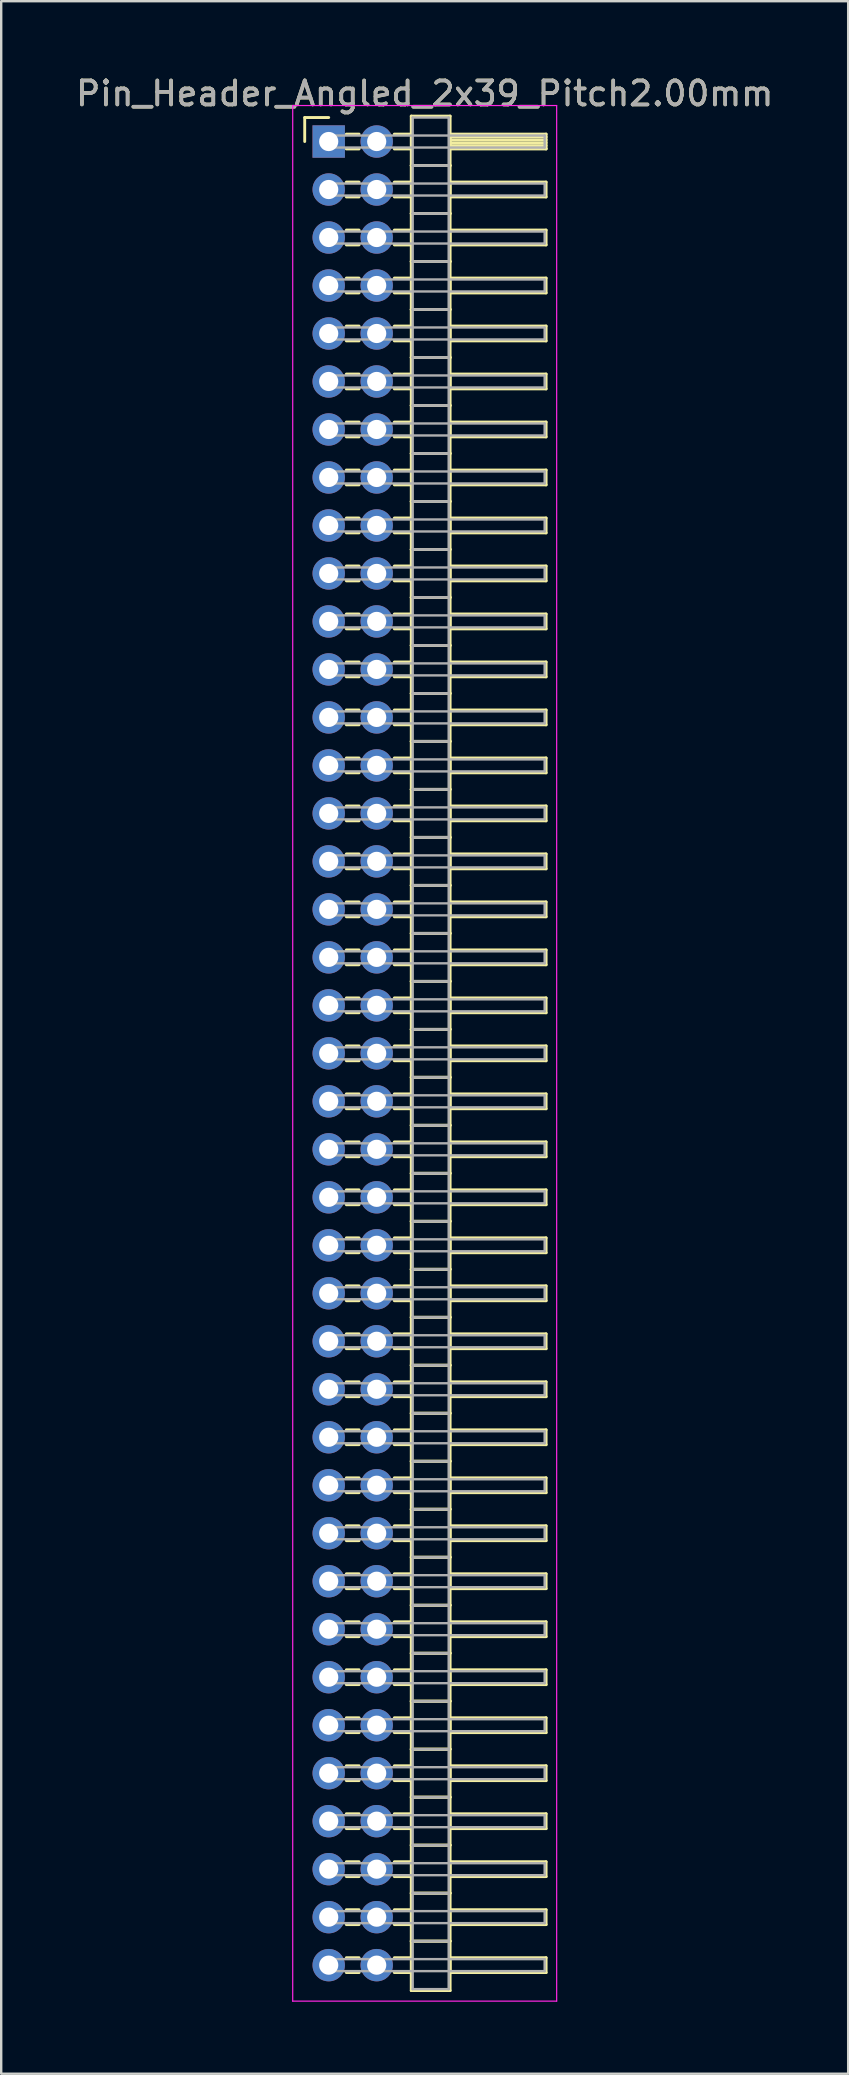
<source format=kicad_pcb>
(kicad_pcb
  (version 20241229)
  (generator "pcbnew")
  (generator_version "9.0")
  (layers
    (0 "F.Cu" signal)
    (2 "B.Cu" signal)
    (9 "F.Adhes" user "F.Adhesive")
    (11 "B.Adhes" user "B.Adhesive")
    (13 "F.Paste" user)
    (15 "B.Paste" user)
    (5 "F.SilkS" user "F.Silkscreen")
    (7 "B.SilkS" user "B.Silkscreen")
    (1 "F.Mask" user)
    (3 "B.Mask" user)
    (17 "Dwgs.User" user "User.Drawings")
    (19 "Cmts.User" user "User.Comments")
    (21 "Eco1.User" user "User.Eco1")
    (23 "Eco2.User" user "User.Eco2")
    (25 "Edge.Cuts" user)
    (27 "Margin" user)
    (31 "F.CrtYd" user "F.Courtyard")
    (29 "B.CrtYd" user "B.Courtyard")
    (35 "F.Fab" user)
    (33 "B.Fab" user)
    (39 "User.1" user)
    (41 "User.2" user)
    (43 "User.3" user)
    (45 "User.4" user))
  (footprint "Pin_Header_Angled_2x39_Pitch2.00mm"
    (layer "F.Cu")
    (at 10.649 2.848)
    (property "Reference" "Pin_Header_Angled_2x39_Pitch2.00mm" (at 4 -2 0) (layer "F.SilkS") (effects (font (size 1 1) (thickness 0.15))))
    (attr through_hole)
    (fp_line (start -1 -1) (end 0 -1) (stroke (width 0.12) (type solid)) (layer "F.SilkS"))
    (fp_line (start -1 0) (end -1 -1) (stroke (width 0.12) (type solid)) (layer "F.SilkS"))
    (fp_line (start 0.735 -0.31) (end 1.265 -0.31) (stroke (width 0.12) (type solid)) (layer "F.SilkS"))
    (fp_line (start 0.735 0.31) (end 1.265 0.31) (stroke (width 0.12) (type solid)) (layer "F.SilkS"))
    (fp_line (start 0.735 1.69) (end 1.265 1.69) (stroke (width 0.12) (type solid)) (layer "F.SilkS"))
    (fp_line (start 0.735 2.31) (end 1.265 2.31) (stroke (width 0.12) (type solid)) (layer "F.SilkS"))
    (fp_line (start 0.735 3.69) (end 1.265 3.69) (stroke (width 0.12) (type solid)) (layer "F.SilkS"))
    (fp_line (start 0.735 4.31) (end 1.265 4.31) (stroke (width 0.12) (type solid)) (layer "F.SilkS"))
    (fp_line (start 0.735 5.69) (end 1.265 5.69) (stroke (width 0.12) (type solid)) (layer "F.SilkS"))
    (fp_line (start 0.735 6.31) (end 1.265 6.31) (stroke (width 0.12) (type solid)) (layer "F.SilkS"))
    (fp_line (start 0.735 7.69) (end 1.265 7.69) (stroke (width 0.12) (type solid)) (layer "F.SilkS"))
    (fp_line (start 0.735 8.31) (end 1.265 8.31) (stroke (width 0.12) (type solid)) (layer "F.SilkS"))
    (fp_line (start 0.735 9.69) (end 1.265 9.69) (stroke (width 0.12) (type solid)) (layer "F.SilkS"))
    (fp_line (start 0.735 10.31) (end 1.265 10.31) (stroke (width 0.12) (type solid)) (layer "F.SilkS"))
    (fp_line (start 0.735 11.69) (end 1.265 11.69) (stroke (width 0.12) (type solid)) (layer "F.SilkS"))
    (fp_line (start 0.735 12.31) (end 1.265 12.31) (stroke (width 0.12) (type solid)) (layer "F.SilkS"))
    (fp_line (start 0.735 13.69) (end 1.265 13.69) (stroke (width 0.12) (type solid)) (layer "F.SilkS"))
    (fp_line (start 0.735 14.31) (end 1.265 14.31) (stroke (width 0.12) (type solid)) (layer "F.SilkS"))
    (fp_line (start 0.735 15.69) (end 1.265 15.69) (stroke (width 0.12) (type solid)) (layer "F.SilkS"))
    (fp_line (start 0.735 16.31) (end 1.265 16.31) (stroke (width 0.12) (type solid)) (layer "F.SilkS"))
    (fp_line (start 0.735 17.69) (end 1.265 17.69) (stroke (width 0.12) (type solid)) (layer "F.SilkS"))
    (fp_line (start 0.735 18.31) (end 1.265 18.31) (stroke (width 0.12) (type solid)) (layer "F.SilkS"))
    (fp_line (start 0.735 19.69) (end 1.265 19.69) (stroke (width 0.12) (type solid)) (layer "F.SilkS"))
    (fp_line (start 0.735 20.31) (end 1.265 20.31) (stroke (width 0.12) (type solid)) (layer "F.SilkS"))
    (fp_line (start 0.735 21.69) (end 1.265 21.69) (stroke (width 0.12) (type solid)) (layer "F.SilkS"))
    (fp_line (start 0.735 22.31) (end 1.265 22.31) (stroke (width 0.12) (type solid)) (layer "F.SilkS"))
    (fp_line (start 0.735 23.69) (end 1.265 23.69) (stroke (width 0.12) (type solid)) (layer "F.SilkS"))
    (fp_line (start 0.735 24.31) (end 1.265 24.31) (stroke (width 0.12) (type solid)) (layer "F.SilkS"))
    (fp_line (start 0.735 25.69) (end 1.265 25.69) (stroke (width 0.12) (type solid)) (layer "F.SilkS"))
    (fp_line (start 0.735 26.31) (end 1.265 26.31) (stroke (width 0.12) (type solid)) (layer "F.SilkS"))
    (fp_line (start 0.735 27.69) (end 1.265 27.69) (stroke (width 0.12) (type solid)) (layer "F.SilkS"))
    (fp_line (start 0.735 28.31) (end 1.265 28.31) (stroke (width 0.12) (type solid)) (layer "F.SilkS"))
    (fp_line (start 0.735 29.69) (end 1.265 29.69) (stroke (width 0.12) (type solid)) (layer "F.SilkS"))
    (fp_line (start 0.735 30.31) (end 1.265 30.31) (stroke (width 0.12) (type solid)) (layer "F.SilkS"))
    (fp_line (start 0.735 31.69) (end 1.265 31.69) (stroke (width 0.12) (type solid)) (layer "F.SilkS"))
    (fp_line (start 0.735 32.31) (end 1.265 32.31) (stroke (width 0.12) (type solid)) (layer "F.SilkS"))
    (fp_line (start 0.735 33.69) (end 1.265 33.69) (stroke (width 0.12) (type solid)) (layer "F.SilkS"))
    (fp_line (start 0.735 34.31) (end 1.265 34.31) (stroke (width 0.12) (type solid)) (layer "F.SilkS"))
    (fp_line (start 0.735 35.69) (end 1.265 35.69) (stroke (width 0.12) (type solid)) (layer "F.SilkS"))
    (fp_line (start 0.735 36.31) (end 1.265 36.31) (stroke (width 0.12) (type solid)) (layer "F.SilkS"))
    (fp_line (start 0.735 37.69) (end 1.265 37.69) (stroke (width 0.12) (type solid)) (layer "F.SilkS"))
    (fp_line (start 0.735 38.31) (end 1.265 38.31) (stroke (width 0.12) (type solid)) (layer "F.SilkS"))
    (fp_line (start 0.735 39.69) (end 1.265 39.69) (stroke (width 0.12) (type solid)) (layer "F.SilkS"))
    (fp_line (start 0.735 40.31) (end 1.265 40.31) (stroke (width 0.12) (type solid)) (layer "F.SilkS"))
    (fp_line (start 0.735 41.69) (end 1.265 41.69) (stroke (width 0.12) (type solid)) (layer "F.SilkS"))
    (fp_line (start 0.735 42.31) (end 1.265 42.31) (stroke (width 0.12) (type solid)) (layer "F.SilkS"))
    (fp_line (start 0.735 43.69) (end 1.265 43.69) (stroke (width 0.12) (type solid)) (layer "F.SilkS"))
    (fp_line (start 0.735 44.31) (end 1.265 44.31) (stroke (width 0.12) (type solid)) (layer "F.SilkS"))
    (fp_line (start 0.735 45.69) (end 1.265 45.69) (stroke (width 0.12) (type solid)) (layer "F.SilkS"))
    (fp_line (start 0.735 46.31) (end 1.265 46.31) (stroke (width 0.12) (type solid)) (layer "F.SilkS"))
    (fp_line (start 0.735 47.69) (end 1.265 47.69) (stroke (width 0.12) (type solid)) (layer "F.SilkS"))
    (fp_line (start 0.735 48.31) (end 1.265 48.31) (stroke (width 0.12) (type solid)) (layer "F.SilkS"))
    (fp_line (start 0.735 49.69) (end 1.265 49.69) (stroke (width 0.12) (type solid)) (layer "F.SilkS"))
    (fp_line (start 0.735 50.31) (end 1.265 50.31) (stroke (width 0.12) (type solid)) (layer "F.SilkS"))
    (fp_line (start 0.735 51.69) (end 1.265 51.69) (stroke (width 0.12) (type solid)) (layer "F.SilkS"))
    (fp_line (start 0.735 52.31) (end 1.265 52.31) (stroke (width 0.12) (type solid)) (layer "F.SilkS"))
    (fp_line (start 0.735 53.69) (end 1.265 53.69) (stroke (width 0.12) (type solid)) (layer "F.SilkS"))
    (fp_line (start 0.735 54.31) (end 1.265 54.31) (stroke (width 0.12) (type solid)) (layer "F.SilkS"))
    (fp_line (start 0.735 55.69) (end 1.265 55.69) (stroke (width 0.12) (type solid)) (layer "F.SilkS"))
    (fp_line (start 0.735 56.31) (end 1.265 56.31) (stroke (width 0.12) (type solid)) (layer "F.SilkS"))
    (fp_line (start 0.735 57.69) (end 1.265 57.69) (stroke (width 0.12) (type solid)) (layer "F.SilkS"))
    (fp_line (start 0.735 58.31) (end 1.265 58.31) (stroke (width 0.12) (type solid)) (layer "F.SilkS"))
    (fp_line (start 0.735 59.69) (end 1.265 59.69) (stroke (width 0.12) (type solid)) (layer "F.SilkS"))
    (fp_line (start 0.735 60.31) (end 1.265 60.31) (stroke (width 0.12) (type solid)) (layer "F.SilkS"))
    (fp_line (start 0.735 61.69) (end 1.265 61.69) (stroke (width 0.12) (type solid)) (layer "F.SilkS"))
    (fp_line (start 0.735 62.31) (end 1.265 62.31) (stroke (width 0.12) (type solid)) (layer "F.SilkS"))
    (fp_line (start 0.735 63.69) (end 1.265 63.69) (stroke (width 0.12) (type solid)) (layer "F.SilkS"))
    (fp_line (start 0.735 64.31) (end 1.265 64.31) (stroke (width 0.12) (type solid)) (layer "F.SilkS"))
    (fp_line (start 0.735 65.69) (end 1.265 65.69) (stroke (width 0.12) (type solid)) (layer "F.SilkS"))
    (fp_line (start 0.735 66.31) (end 1.265 66.31) (stroke (width 0.12) (type solid)) (layer "F.SilkS"))
    (fp_line (start 0.735 67.69) (end 1.265 67.69) (stroke (width 0.12) (type solid)) (layer "F.SilkS"))
    (fp_line (start 0.735 68.31) (end 1.265 68.31) (stroke (width 0.12) (type solid)) (layer "F.SilkS"))
    (fp_line (start 0.735 69.69) (end 1.265 69.69) (stroke (width 0.12) (type solid)) (layer "F.SilkS"))
    (fp_line (start 0.735 70.31) (end 1.265 70.31) (stroke (width 0.12) (type solid)) (layer "F.SilkS"))
    (fp_line (start 0.735 71.69) (end 1.265 71.69) (stroke (width 0.12) (type solid)) (layer "F.SilkS"))
    (fp_line (start 0.735 72.31) (end 1.265 72.31) (stroke (width 0.12) (type solid)) (layer "F.SilkS"))
    (fp_line (start 0.735 73.69) (end 1.265 73.69) (stroke (width 0.12) (type solid)) (layer "F.SilkS"))
    (fp_line (start 0.735 74.31) (end 1.265 74.31) (stroke (width 0.12) (type solid)) (layer "F.SilkS"))
    (fp_line (start 0.735 75.69) (end 1.265 75.69) (stroke (width 0.12) (type solid)) (layer "F.SilkS"))
    (fp_line (start 0.735 76.31) (end 1.265 76.31) (stroke (width 0.12) (type solid)) (layer "F.SilkS"))
    (fp_line (start 2.735 -0.31) (end 3.44 -0.31) (stroke (width 0.12) (type solid)) (layer "F.SilkS"))
    (fp_line (start 2.735 0.31) (end 3.44 0.31) (stroke (width 0.12) (type solid)) (layer "F.SilkS"))
    (fp_line (start 2.735 1.69) (end 3.44 1.69) (stroke (width 0.12) (type solid)) (layer "F.SilkS"))
    (fp_line (start 2.735 2.31) (end 3.44 2.31) (stroke (width 0.12) (type solid)) (layer "F.SilkS"))
    (fp_line (start 2.735 3.69) (end 3.44 3.69) (stroke (width 0.12) (type solid)) (layer "F.SilkS"))
    (fp_line (start 2.735 4.31) (end 3.44 4.31) (stroke (width 0.12) (type solid)) (layer "F.SilkS"))
    (fp_line (start 2.735 5.69) (end 3.44 5.69) (stroke (width 0.12) (type solid)) (layer "F.SilkS"))
    (fp_line (start 2.735 6.31) (end 3.44 6.31) (stroke (width 0.12) (type solid)) (layer "F.SilkS"))
    (fp_line (start 2.735 7.69) (end 3.44 7.69) (stroke (width 0.12) (type solid)) (layer "F.SilkS"))
    (fp_line (start 2.735 8.31) (end 3.44 8.31) (stroke (width 0.12) (type solid)) (layer "F.SilkS"))
    (fp_line (start 2.735 9.69) (end 3.44 9.69) (stroke (width 0.12) (type solid)) (layer "F.SilkS"))
    (fp_line (start 2.735 10.31) (end 3.44 10.31) (stroke (width 0.12) (type solid)) (layer "F.SilkS"))
    (fp_line (start 2.735 11.69) (end 3.44 11.69) (stroke (width 0.12) (type solid)) (layer "F.SilkS"))
    (fp_line (start 2.735 12.31) (end 3.44 12.31) (stroke (width 0.12) (type solid)) (layer "F.SilkS"))
    (fp_line (start 2.735 13.69) (end 3.44 13.69) (stroke (width 0.12) (type solid)) (layer "F.SilkS"))
    (fp_line (start 2.735 14.31) (end 3.44 14.31) (stroke (width 0.12) (type solid)) (layer "F.SilkS"))
    (fp_line (start 2.735 15.69) (end 3.44 15.69) (stroke (width 0.12) (type solid)) (layer "F.SilkS"))
    (fp_line (start 2.735 16.31) (end 3.44 16.31) (stroke (width 0.12) (type solid)) (layer "F.SilkS"))
    (fp_line (start 2.735 17.69) (end 3.44 17.69) (stroke (width 0.12) (type solid)) (layer "F.SilkS"))
    (fp_line (start 2.735 18.31) (end 3.44 18.31) (stroke (width 0.12) (type solid)) (layer "F.SilkS"))
    (fp_line (start 2.735 19.69) (end 3.44 19.69) (stroke (width 0.12) (type solid)) (layer "F.SilkS"))
    (fp_line (start 2.735 20.31) (end 3.44 20.31) (stroke (width 0.12) (type solid)) (layer "F.SilkS"))
    (fp_line (start 2.735 21.69) (end 3.44 21.69) (stroke (width 0.12) (type solid)) (layer "F.SilkS"))
    (fp_line (start 2.735 22.31) (end 3.44 22.31) (stroke (width 0.12) (type solid)) (layer "F.SilkS"))
    (fp_line (start 2.735 23.69) (end 3.44 23.69) (stroke (width 0.12) (type solid)) (layer "F.SilkS"))
    (fp_line (start 2.735 24.31) (end 3.44 24.31) (stroke (width 0.12) (type solid)) (layer "F.SilkS"))
    (fp_line (start 2.735 25.69) (end 3.44 25.69) (stroke (width 0.12) (type solid)) (layer "F.SilkS"))
    (fp_line (start 2.735 26.31) (end 3.44 26.31) (stroke (width 0.12) (type solid)) (layer "F.SilkS"))
    (fp_line (start 2.735 27.69) (end 3.44 27.69) (stroke (width 0.12) (type solid)) (layer "F.SilkS"))
    (fp_line (start 2.735 28.31) (end 3.44 28.31) (stroke (width 0.12) (type solid)) (layer "F.SilkS"))
    (fp_line (start 2.735 29.69) (end 3.44 29.69) (stroke (width 0.12) (type solid)) (layer "F.SilkS"))
    (fp_line (start 2.735 30.31) (end 3.44 30.31) (stroke (width 0.12) (type solid)) (layer "F.SilkS"))
    (fp_line (start 2.735 31.69) (end 3.44 31.69) (stroke (width 0.12) (type solid)) (layer "F.SilkS"))
    (fp_line (start 2.735 32.31) (end 3.44 32.31) (stroke (width 0.12) (type solid)) (layer "F.SilkS"))
    (fp_line (start 2.735 33.69) (end 3.44 33.69) (stroke (width 0.12) (type solid)) (layer "F.SilkS"))
    (fp_line (start 2.735 34.31) (end 3.44 34.31) (stroke (width 0.12) (type solid)) (layer "F.SilkS"))
    (fp_line (start 2.735 35.69) (end 3.44 35.69) (stroke (width 0.12) (type solid)) (layer "F.SilkS"))
    (fp_line (start 2.735 36.31) (end 3.44 36.31) (stroke (width 0.12) (type solid)) (layer "F.SilkS"))
    (fp_line (start 2.735 37.69) (end 3.44 37.69) (stroke (width 0.12) (type solid)) (layer "F.SilkS"))
    (fp_line (start 2.735 38.31) (end 3.44 38.31) (stroke (width 0.12) (type solid)) (layer "F.SilkS"))
    (fp_line (start 2.735 39.69) (end 3.44 39.69) (stroke (width 0.12) (type solid)) (layer "F.SilkS"))
    (fp_line (start 2.735 40.31) (end 3.44 40.31) (stroke (width 0.12) (type solid)) (layer "F.SilkS"))
    (fp_line (start 2.735 41.69) (end 3.44 41.69) (stroke (width 0.12) (type solid)) (layer "F.SilkS"))
    (fp_line (start 2.735 42.31) (end 3.44 42.31) (stroke (width 0.12) (type solid)) (layer "F.SilkS"))
    (fp_line (start 2.735 43.69) (end 3.44 43.69) (stroke (width 0.12) (type solid)) (layer "F.SilkS"))
    (fp_line (start 2.735 44.31) (end 3.44 44.31) (stroke (width 0.12) (type solid)) (layer "F.SilkS"))
    (fp_line (start 2.735 45.69) (end 3.44 45.69) (stroke (width 0.12) (type solid)) (layer "F.SilkS"))
    (fp_line (start 2.735 46.31) (end 3.44 46.31) (stroke (width 0.12) (type solid)) (layer "F.SilkS"))
    (fp_line (start 2.735 47.69) (end 3.44 47.69) (stroke (width 0.12) (type solid)) (layer "F.SilkS"))
    (fp_line (start 2.735 48.31) (end 3.44 48.31) (stroke (width 0.12) (type solid)) (layer "F.SilkS"))
    (fp_line (start 2.735 49.69) (end 3.44 49.69) (stroke (width 0.12) (type solid)) (layer "F.SilkS"))
    (fp_line (start 2.735 50.31) (end 3.44 50.31) (stroke (width 0.12) (type solid)) (layer "F.SilkS"))
    (fp_line (start 2.735 51.69) (end 3.44 51.69) (stroke (width 0.12) (type solid)) (layer "F.SilkS"))
    (fp_line (start 2.735 52.31) (end 3.44 52.31) (stroke (width 0.12) (type solid)) (layer "F.SilkS"))
    (fp_line (start 2.735 53.69) (end 3.44 53.69) (stroke (width 0.12) (type solid)) (layer "F.SilkS"))
    (fp_line (start 2.735 54.31) (end 3.44 54.31) (stroke (width 0.12) (type solid)) (layer "F.SilkS"))
    (fp_line (start 2.735 55.69) (end 3.44 55.69) (stroke (width 0.12) (type solid)) (layer "F.SilkS"))
    (fp_line (start 2.735 56.31) (end 3.44 56.31) (stroke (width 0.12) (type solid)) (layer "F.SilkS"))
    (fp_line (start 2.735 57.69) (end 3.44 57.69) (stroke (width 0.12) (type solid)) (layer "F.SilkS"))
    (fp_line (start 2.735 58.31) (end 3.44 58.31) (stroke (width 0.12) (type solid)) (layer "F.SilkS"))
    (fp_line (start 2.735 59.69) (end 3.44 59.69) (stroke (width 0.12) (type solid)) (layer "F.SilkS"))
    (fp_line (start 2.735 60.31) (end 3.44 60.31) (stroke (width 0.12) (type solid)) (layer "F.SilkS"))
    (fp_line (start 2.735 61.69) (end 3.44 61.69) (stroke (width 0.12) (type solid)) (layer "F.SilkS"))
    (fp_line (start 2.735 62.31) (end 3.44 62.31) (stroke (width 0.12) (type solid)) (layer "F.SilkS"))
    (fp_line (start 2.735 63.69) (end 3.44 63.69) (stroke (width 0.12) (type solid)) (layer "F.SilkS"))
    (fp_line (start 2.735 64.31) (end 3.44 64.31) (stroke (width 0.12) (type solid)) (layer "F.SilkS"))
    (fp_line (start 2.735 65.69) (end 3.44 65.69) (stroke (width 0.12) (type solid)) (layer "F.SilkS"))
    (fp_line (start 2.735 66.31) (end 3.44 66.31) (stroke (width 0.12) (type solid)) (layer "F.SilkS"))
    (fp_line (start 2.735 67.69) (end 3.44 67.69) (stroke (width 0.12) (type solid)) (layer "F.SilkS"))
    (fp_line (start 2.735 68.31) (end 3.44 68.31) (stroke (width 0.12) (type solid)) (layer "F.SilkS"))
    (fp_line (start 2.735 69.69) (end 3.44 69.69) (stroke (width 0.12) (type solid)) (layer "F.SilkS"))
    (fp_line (start 2.735 70.31) (end 3.44 70.31) (stroke (width 0.12) (type solid)) (layer "F.SilkS"))
    (fp_line (start 2.735 71.69) (end 3.44 71.69) (stroke (width 0.12) (type solid)) (layer "F.SilkS"))
    (fp_line (start 2.735 72.31) (end 3.44 72.31) (stroke (width 0.12) (type solid)) (layer "F.SilkS"))
    (fp_line (start 2.735 73.69) (end 3.44 73.69) (stroke (width 0.12) (type solid)) (layer "F.SilkS"))
    (fp_line (start 2.735 74.31) (end 3.44 74.31) (stroke (width 0.12) (type solid)) (layer "F.SilkS"))
    (fp_line (start 2.735 75.69) (end 3.44 75.69) (stroke (width 0.12) (type solid)) (layer "F.SilkS"))
    (fp_line (start 2.735 76.31) (end 3.44 76.31) (stroke (width 0.12) (type solid)) (layer "F.SilkS"))
    (fp_line (start 3.44 -1.06) (end 3.44 1) (stroke (width 0.12) (type solid)) (layer "F.SilkS"))
    (fp_line (start 3.44 1) (end 3.44 3) (stroke (width 0.12) (type solid)) (layer "F.SilkS"))
    (fp_line (start 3.44 1) (end 5.06 1) (stroke (width 0.12) (type solid)) (layer "F.SilkS"))
    (fp_line (start 3.44 3) (end 3.44 5) (stroke (width 0.12) (type solid)) (layer "F.SilkS"))
    (fp_line (start 3.44 3) (end 5.06 3) (stroke (width 0.12) (type solid)) (layer "F.SilkS"))
    (fp_line (start 3.44 5) (end 3.44 7) (stroke (width 0.12) (type solid)) (layer "F.SilkS"))
    (fp_line (start 3.44 5) (end 5.06 5) (stroke (width 0.12) (type solid)) (layer "F.SilkS"))
    (fp_line (start 3.44 7) (end 3.44 9) (stroke (width 0.12) (type solid)) (layer "F.SilkS"))
    (fp_line (start 3.44 7) (end 5.06 7) (stroke (width 0.12) (type solid)) (layer "F.SilkS"))
    (fp_line (start 3.44 9) (end 3.44 11) (stroke (width 0.12) (type solid)) (layer "F.SilkS"))
    (fp_line (start 3.44 9) (end 5.06 9) (stroke (width 0.12) (type solid)) (layer "F.SilkS"))
    (fp_line (start 3.44 11) (end 3.44 13) (stroke (width 0.12) (type solid)) (layer "F.SilkS"))
    (fp_line (start 3.44 11) (end 5.06 11) (stroke (width 0.12) (type solid)) (layer "F.SilkS"))
    (fp_line (start 3.44 13) (end 3.44 15) (stroke (width 0.12) (type solid)) (layer "F.SilkS"))
    (fp_line (start 3.44 13) (end 5.06 13) (stroke (width 0.12) (type solid)) (layer "F.SilkS"))
    (fp_line (start 3.44 15) (end 3.44 17) (stroke (width 0.12) (type solid)) (layer "F.SilkS"))
    (fp_line (start 3.44 15) (end 5.06 15) (stroke (width 0.12) (type solid)) (layer "F.SilkS"))
    (fp_line (start 3.44 17) (end 3.44 19) (stroke (width 0.12) (type solid)) (layer "F.SilkS"))
    (fp_line (start 3.44 17) (end 5.06 17) (stroke (width 0.12) (type solid)) (layer "F.SilkS"))
    (fp_line (start 3.44 19) (end 3.44 21) (stroke (width 0.12) (type solid)) (layer "F.SilkS"))
    (fp_line (start 3.44 19) (end 5.06 19) (stroke (width 0.12) (type solid)) (layer "F.SilkS"))
    (fp_line (start 3.44 21) (end 3.44 23) (stroke (width 0.12) (type solid)) (layer "F.SilkS"))
    (fp_line (start 3.44 21) (end 5.06 21) (stroke (width 0.12) (type solid)) (layer "F.SilkS"))
    (fp_line (start 3.44 23) (end 3.44 25) (stroke (width 0.12) (type solid)) (layer "F.SilkS"))
    (fp_line (start 3.44 23) (end 5.06 23) (stroke (width 0.12) (type solid)) (layer "F.SilkS"))
    (fp_line (start 3.44 25) (end 3.44 27) (stroke (width 0.12) (type solid)) (layer "F.SilkS"))
    (fp_line (start 3.44 25) (end 5.06 25) (stroke (width 0.12) (type solid)) (layer "F.SilkS"))
    (fp_line (start 3.44 27) (end 3.44 29) (stroke (width 0.12) (type solid)) (layer "F.SilkS"))
    (fp_line (start 3.44 27) (end 5.06 27) (stroke (width 0.12) (type solid)) (layer "F.SilkS"))
    (fp_line (start 3.44 29) (end 3.44 31) (stroke (width 0.12) (type solid)) (layer "F.SilkS"))
    (fp_line (start 3.44 29) (end 5.06 29) (stroke (width 0.12) (type solid)) (layer "F.SilkS"))
    (fp_line (start 3.44 31) (end 3.44 33) (stroke (width 0.12) (type solid)) (layer "F.SilkS"))
    (fp_line (start 3.44 31) (end 5.06 31) (stroke (width 0.12) (type solid)) (layer "F.SilkS"))
    (fp_line (start 3.44 33) (end 3.44 35) (stroke (width 0.12) (type solid)) (layer "F.SilkS"))
    (fp_line (start 3.44 33) (end 5.06 33) (stroke (width 0.12) (type solid)) (layer "F.SilkS"))
    (fp_line (start 3.44 35) (end 3.44 37) (stroke (width 0.12) (type solid)) (layer "F.SilkS"))
    (fp_line (start 3.44 35) (end 5.06 35) (stroke (width 0.12) (type solid)) (layer "F.SilkS"))
    (fp_line (start 3.44 37) (end 3.44 39) (stroke (width 0.12) (type solid)) (layer "F.SilkS"))
    (fp_line (start 3.44 37) (end 5.06 37) (stroke (width 0.12) (type solid)) (layer "F.SilkS"))
    (fp_line (start 3.44 39) (end 3.44 41) (stroke (width 0.12) (type solid)) (layer "F.SilkS"))
    (fp_line (start 3.44 39) (end 5.06 39) (stroke (width 0.12) (type solid)) (layer "F.SilkS"))
    (fp_line (start 3.44 41) (end 3.44 43) (stroke (width 0.12) (type solid)) (layer "F.SilkS"))
    (fp_line (start 3.44 41) (end 5.06 41) (stroke (width 0.12) (type solid)) (layer "F.SilkS"))
    (fp_line (start 3.44 43) (end 3.44 45) (stroke (width 0.12) (type solid)) (layer "F.SilkS"))
    (fp_line (start 3.44 43) (end 5.06 43) (stroke (width 0.12) (type solid)) (layer "F.SilkS"))
    (fp_line (start 3.44 45) (end 3.44 47) (stroke (width 0.12) (type solid)) (layer "F.SilkS"))
    (fp_line (start 3.44 45) (end 5.06 45) (stroke (width 0.12) (type solid)) (layer "F.SilkS"))
    (fp_line (start 3.44 47) (end 3.44 49) (stroke (width 0.12) (type solid)) (layer "F.SilkS"))
    (fp_line (start 3.44 47) (end 5.06 47) (stroke (width 0.12) (type solid)) (layer "F.SilkS"))
    (fp_line (start 3.44 49) (end 3.44 51) (stroke (width 0.12) (type solid)) (layer "F.SilkS"))
    (fp_line (start 3.44 49) (end 5.06 49) (stroke (width 0.12) (type solid)) (layer "F.SilkS"))
    (fp_line (start 3.44 51) (end 3.44 53) (stroke (width 0.12) (type solid)) (layer "F.SilkS"))
    (fp_line (start 3.44 51) (end 5.06 51) (stroke (width 0.12) (type solid)) (layer "F.SilkS"))
    (fp_line (start 3.44 53) (end 3.44 55) (stroke (width 0.12) (type solid)) (layer "F.SilkS"))
    (fp_line (start 3.44 53) (end 5.06 53) (stroke (width 0.12) (type solid)) (layer "F.SilkS"))
    (fp_line (start 3.44 55) (end 3.44 57) (stroke (width 0.12) (type solid)) (layer "F.SilkS"))
    (fp_line (start 3.44 55) (end 5.06 55) (stroke (width 0.12) (type solid)) (layer "F.SilkS"))
    (fp_line (start 3.44 57) (end 3.44 59) (stroke (width 0.12) (type solid)) (layer "F.SilkS"))
    (fp_line (start 3.44 57) (end 5.06 57) (stroke (width 0.12) (type solid)) (layer "F.SilkS"))
    (fp_line (start 3.44 59) (end 3.44 61) (stroke (width 0.12) (type solid)) (layer "F.SilkS"))
    (fp_line (start 3.44 59) (end 5.06 59) (stroke (width 0.12) (type solid)) (layer "F.SilkS"))
    (fp_line (start 3.44 61) (end 3.44 63) (stroke (width 0.12) (type solid)) (layer "F.SilkS"))
    (fp_line (start 3.44 61) (end 5.06 61) (stroke (width 0.12) (type solid)) (layer "F.SilkS"))
    (fp_line (start 3.44 63) (end 3.44 65) (stroke (width 0.12) (type solid)) (layer "F.SilkS"))
    (fp_line (start 3.44 63) (end 5.06 63) (stroke (width 0.12) (type solid)) (layer "F.SilkS"))
    (fp_line (start 3.44 65) (end 3.44 67) (stroke (width 0.12) (type solid)) (layer "F.SilkS"))
    (fp_line (start 3.44 65) (end 5.06 65) (stroke (width 0.12) (type solid)) (layer "F.SilkS"))
    (fp_line (start 3.44 67) (end 3.44 69) (stroke (width 0.12) (type solid)) (layer "F.SilkS"))
    (fp_line (start 3.44 67) (end 5.06 67) (stroke (width 0.12) (type solid)) (layer "F.SilkS"))
    (fp_line (start 3.44 69) (end 3.44 71) (stroke (width 0.12) (type solid)) (layer "F.SilkS"))
    (fp_line (start 3.44 69) (end 5.06 69) (stroke (width 0.12) (type solid)) (layer "F.SilkS"))
    (fp_line (start 3.44 71) (end 3.44 73) (stroke (width 0.12) (type solid)) (layer "F.SilkS"))
    (fp_line (start 3.44 71) (end 5.06 71) (stroke (width 0.12) (type solid)) (layer "F.SilkS"))
    (fp_line (start 3.44 73) (end 3.44 75) (stroke (width 0.12) (type solid)) (layer "F.SilkS"))
    (fp_line (start 3.44 73) (end 5.06 73) (stroke (width 0.12) (type solid)) (layer "F.SilkS"))
    (fp_line (start 3.44 75) (end 3.44 77.06) (stroke (width 0.12) (type solid)) (layer "F.SilkS"))
    (fp_line (start 3.44 75) (end 5.06 75) (stroke (width 0.12) (type solid)) (layer "F.SilkS"))
    (fp_line (start 3.44 77.06) (end 5.06 77.06) (stroke (width 0.12) (type solid)) (layer "F.SilkS"))
    (fp_line (start 5.06 -1.06) (end 3.44 -1.06) (stroke (width 0.12) (type solid)) (layer "F.SilkS"))
    (fp_line (start 5.06 -0.31) (end 5.06 0.31) (stroke (width 0.12) (type solid)) (layer "F.SilkS"))
    (fp_line (start 5.06 -0.19) (end 9.06 -0.19) (stroke (width 0.12) (type solid)) (layer "F.SilkS"))
    (fp_line (start 5.06 -0.07) (end 9.06 -0.07) (stroke (width 0.12) (type solid)) (layer "F.SilkS"))
    (fp_line (start 5.06 0.05) (end 9.06 0.05) (stroke (width 0.12) (type solid)) (layer "F.SilkS"))
    (fp_line (start 5.06 0.17) (end 9.06 0.17) (stroke (width 0.12) (type solid)) (layer "F.SilkS"))
    (fp_line (start 5.06 0.29) (end 9.06 0.29) (stroke (width 0.12) (type solid)) (layer "F.SilkS"))
    (fp_line (start 5.06 0.31) (end 9.06 0.31) (stroke (width 0.12) (type solid)) (layer "F.SilkS"))
    (fp_line (start 5.06 1) (end 3.44 1) (stroke (width 0.12) (type solid)) (layer "F.SilkS"))
    (fp_line (start 5.06 1) (end 5.06 -1.06) (stroke (width 0.12) (type solid)) (layer "F.SilkS"))
    (fp_line (start 5.06 1.69) (end 5.06 2.31) (stroke (width 0.12) (type solid)) (layer "F.SilkS"))
    (fp_line (start 5.06 2.31) (end 9.06 2.31) (stroke (width 0.12) (type solid)) (layer "F.SilkS"))
    (fp_line (start 5.06 3) (end 3.44 3) (stroke (width 0.12) (type solid)) (layer "F.SilkS"))
    (fp_line (start 5.06 3) (end 5.06 1) (stroke (width 0.12) (type solid)) (layer "F.SilkS"))
    (fp_line (start 5.06 3.69) (end 5.06 4.31) (stroke (width 0.12) (type solid)) (layer "F.SilkS"))
    (fp_line (start 5.06 4.31) (end 9.06 4.31) (stroke (width 0.12) (type solid)) (layer "F.SilkS"))
    (fp_line (start 5.06 5) (end 3.44 5) (stroke (width 0.12) (type solid)) (layer "F.SilkS"))
    (fp_line (start 5.06 5) (end 5.06 3) (stroke (width 0.12) (type solid)) (layer "F.SilkS"))
    (fp_line (start 5.06 5.69) (end 5.06 6.31) (stroke (width 0.12) (type solid)) (layer "F.SilkS"))
    (fp_line (start 5.06 6.31) (end 9.06 6.31) (stroke (width 0.12) (type solid)) (layer "F.SilkS"))
    (fp_line (start 5.06 7) (end 3.44 7) (stroke (width 0.12) (type solid)) (layer "F.SilkS"))
    (fp_line (start 5.06 7) (end 5.06 5) (stroke (width 0.12) (type solid)) (layer "F.SilkS"))
    (fp_line (start 5.06 7.69) (end 5.06 8.31) (stroke (width 0.12) (type solid)) (layer "F.SilkS"))
    (fp_line (start 5.06 8.31) (end 9.06 8.31) (stroke (width 0.12) (type solid)) (layer "F.SilkS"))
    (fp_line (start 5.06 9) (end 3.44 9) (stroke (width 0.12) (type solid)) (layer "F.SilkS"))
    (fp_line (start 5.06 9) (end 5.06 7) (stroke (width 0.12) (type solid)) (layer "F.SilkS"))
    (fp_line (start 5.06 9.69) (end 5.06 10.31) (stroke (width 0.12) (type solid)) (layer "F.SilkS"))
    (fp_line (start 5.06 10.31) (end 9.06 10.31) (stroke (width 0.12) (type solid)) (layer "F.SilkS"))
    (fp_line (start 5.06 11) (end 3.44 11) (stroke (width 0.12) (type solid)) (layer "F.SilkS"))
    (fp_line (start 5.06 11) (end 5.06 9) (stroke (width 0.12) (type solid)) (layer "F.SilkS"))
    (fp_line (start 5.06 11.69) (end 5.06 12.31) (stroke (width 0.12) (type solid)) (layer "F.SilkS"))
    (fp_line (start 5.06 12.31) (end 9.06 12.31) (stroke (width 0.12) (type solid)) (layer "F.SilkS"))
    (fp_line (start 5.06 13) (end 3.44 13) (stroke (width 0.12) (type solid)) (layer "F.SilkS"))
    (fp_line (start 5.06 13) (end 5.06 11) (stroke (width 0.12) (type solid)) (layer "F.SilkS"))
    (fp_line (start 5.06 13.69) (end 5.06 14.31) (stroke (width 0.12) (type solid)) (layer "F.SilkS"))
    (fp_line (start 5.06 14.31) (end 9.06 14.31) (stroke (width 0.12) (type solid)) (layer "F.SilkS"))
    (fp_line (start 5.06 15) (end 3.44 15) (stroke (width 0.12) (type solid)) (layer "F.SilkS"))
    (fp_line (start 5.06 15) (end 5.06 13) (stroke (width 0.12) (type solid)) (layer "F.SilkS"))
    (fp_line (start 5.06 15.69) (end 5.06 16.31) (stroke (width 0.12) (type solid)) (layer "F.SilkS"))
    (fp_line (start 5.06 16.31) (end 9.06 16.31) (stroke (width 0.12) (type solid)) (layer "F.SilkS"))
    (fp_line (start 5.06 17) (end 3.44 17) (stroke (width 0.12) (type solid)) (layer "F.SilkS"))
    (fp_line (start 5.06 17) (end 5.06 15) (stroke (width 0.12) (type solid)) (layer "F.SilkS"))
    (fp_line (start 5.06 17.69) (end 5.06 18.31) (stroke (width 0.12) (type solid)) (layer "F.SilkS"))
    (fp_line (start 5.06 18.31) (end 9.06 18.31) (stroke (width 0.12) (type solid)) (layer "F.SilkS"))
    (fp_line (start 5.06 19) (end 3.44 19) (stroke (width 0.12) (type solid)) (layer "F.SilkS"))
    (fp_line (start 5.06 19) (end 5.06 17) (stroke (width 0.12) (type solid)) (layer "F.SilkS"))
    (fp_line (start 5.06 19.69) (end 5.06 20.31) (stroke (width 0.12) (type solid)) (layer "F.SilkS"))
    (fp_line (start 5.06 20.31) (end 9.06 20.31) (stroke (width 0.12) (type solid)) (layer "F.SilkS"))
    (fp_line (start 5.06 21) (end 3.44 21) (stroke (width 0.12) (type solid)) (layer "F.SilkS"))
    (fp_line (start 5.06 21) (end 5.06 19) (stroke (width 0.12) (type solid)) (layer "F.SilkS"))
    (fp_line (start 5.06 21.69) (end 5.06 22.31) (stroke (width 0.12) (type solid)) (layer "F.SilkS"))
    (fp_line (start 5.06 22.31) (end 9.06 22.31) (stroke (width 0.12) (type solid)) (layer "F.SilkS"))
    (fp_line (start 5.06 23) (end 3.44 23) (stroke (width 0.12) (type solid)) (layer "F.SilkS"))
    (fp_line (start 5.06 23) (end 5.06 21) (stroke (width 0.12) (type solid)) (layer "F.SilkS"))
    (fp_line (start 5.06 23.69) (end 5.06 24.31) (stroke (width 0.12) (type solid)) (layer "F.SilkS"))
    (fp_line (start 5.06 24.31) (end 9.06 24.31) (stroke (width 0.12) (type solid)) (layer "F.SilkS"))
    (fp_line (start 5.06 25) (end 3.44 25) (stroke (width 0.12) (type solid)) (layer "F.SilkS"))
    (fp_line (start 5.06 25) (end 5.06 23) (stroke (width 0.12) (type solid)) (layer "F.SilkS"))
    (fp_line (start 5.06 25.69) (end 5.06 26.31) (stroke (width 0.12) (type solid)) (layer "F.SilkS"))
    (fp_line (start 5.06 26.31) (end 9.06 26.31) (stroke (width 0.12) (type solid)) (layer "F.SilkS"))
    (fp_line (start 5.06 27) (end 3.44 27) (stroke (width 0.12) (type solid)) (layer "F.SilkS"))
    (fp_line (start 5.06 27) (end 5.06 25) (stroke (width 0.12) (type solid)) (layer "F.SilkS"))
    (fp_line (start 5.06 27.69) (end 5.06 28.31) (stroke (width 0.12) (type solid)) (layer "F.SilkS"))
    (fp_line (start 5.06 28.31) (end 9.06 28.31) (stroke (width 0.12) (type solid)) (layer "F.SilkS"))
    (fp_line (start 5.06 29) (end 3.44 29) (stroke (width 0.12) (type solid)) (layer "F.SilkS"))
    (fp_line (start 5.06 29) (end 5.06 27) (stroke (width 0.12) (type solid)) (layer "F.SilkS"))
    (fp_line (start 5.06 29.69) (end 5.06 30.31) (stroke (width 0.12) (type solid)) (layer "F.SilkS"))
    (fp_line (start 5.06 30.31) (end 9.06 30.31) (stroke (width 0.12) (type solid)) (layer "F.SilkS"))
    (fp_line (start 5.06 31) (end 3.44 31) (stroke (width 0.12) (type solid)) (layer "F.SilkS"))
    (fp_line (start 5.06 31) (end 5.06 29) (stroke (width 0.12) (type solid)) (layer "F.SilkS"))
    (fp_line (start 5.06 31.69) (end 5.06 32.31) (stroke (width 0.12) (type solid)) (layer "F.SilkS"))
    (fp_line (start 5.06 32.31) (end 9.06 32.31) (stroke (width 0.12) (type solid)) (layer "F.SilkS"))
    (fp_line (start 5.06 33) (end 3.44 33) (stroke (width 0.12) (type solid)) (layer "F.SilkS"))
    (fp_line (start 5.06 33) (end 5.06 31) (stroke (width 0.12) (type solid)) (layer "F.SilkS"))
    (fp_line (start 5.06 33.69) (end 5.06 34.31) (stroke (width 0.12) (type solid)) (layer "F.SilkS"))
    (fp_line (start 5.06 34.31) (end 9.06 34.31) (stroke (width 0.12) (type solid)) (layer "F.SilkS"))
    (fp_line (start 5.06 35) (end 3.44 35) (stroke (width 0.12) (type solid)) (layer "F.SilkS"))
    (fp_line (start 5.06 35) (end 5.06 33) (stroke (width 0.12) (type solid)) (layer "F.SilkS"))
    (fp_line (start 5.06 35.69) (end 5.06 36.31) (stroke (width 0.12) (type solid)) (layer "F.SilkS"))
    (fp_line (start 5.06 36.31) (end 9.06 36.31) (stroke (width 0.12) (type solid)) (layer "F.SilkS"))
    (fp_line (start 5.06 37) (end 3.44 37) (stroke (width 0.12) (type solid)) (layer "F.SilkS"))
    (fp_line (start 5.06 37) (end 5.06 35) (stroke (width 0.12) (type solid)) (layer "F.SilkS"))
    (fp_line (start 5.06 37.69) (end 5.06 38.31) (stroke (width 0.12) (type solid)) (layer "F.SilkS"))
    (fp_line (start 5.06 38.31) (end 9.06 38.31) (stroke (width 0.12) (type solid)) (layer "F.SilkS"))
    (fp_line (start 5.06 39) (end 3.44 39) (stroke (width 0.12) (type solid)) (layer "F.SilkS"))
    (fp_line (start 5.06 39) (end 5.06 37) (stroke (width 0.12) (type solid)) (layer "F.SilkS"))
    (fp_line (start 5.06 39.69) (end 5.06 40.31) (stroke (width 0.12) (type solid)) (layer "F.SilkS"))
    (fp_line (start 5.06 40.31) (end 9.06 40.31) (stroke (width 0.12) (type solid)) (layer "F.SilkS"))
    (fp_line (start 5.06 41) (end 3.44 41) (stroke (width 0.12) (type solid)) (layer "F.SilkS"))
    (fp_line (start 5.06 41) (end 5.06 39) (stroke (width 0.12) (type solid)) (layer "F.SilkS"))
    (fp_line (start 5.06 41.69) (end 5.06 42.31) (stroke (width 0.12) (type solid)) (layer "F.SilkS"))
    (fp_line (start 5.06 42.31) (end 9.06 42.31) (stroke (width 0.12) (type solid)) (layer "F.SilkS"))
    (fp_line (start 5.06 43) (end 3.44 43) (stroke (width 0.12) (type solid)) (layer "F.SilkS"))
    (fp_line (start 5.06 43) (end 5.06 41) (stroke (width 0.12) (type solid)) (layer "F.SilkS"))
    (fp_line (start 5.06 43.69) (end 5.06 44.31) (stroke (width 0.12) (type solid)) (layer "F.SilkS"))
    (fp_line (start 5.06 44.31) (end 9.06 44.31) (stroke (width 0.12) (type solid)) (layer "F.SilkS"))
    (fp_line (start 5.06 45) (end 3.44 45) (stroke (width 0.12) (type solid)) (layer "F.SilkS"))
    (fp_line (start 5.06 45) (end 5.06 43) (stroke (width 0.12) (type solid)) (layer "F.SilkS"))
    (fp_line (start 5.06 45.69) (end 5.06 46.31) (stroke (width 0.12) (type solid)) (layer "F.SilkS"))
    (fp_line (start 5.06 46.31) (end 9.06 46.31) (stroke (width 0.12) (type solid)) (layer "F.SilkS"))
    (fp_line (start 5.06 47) (end 3.44 47) (stroke (width 0.12) (type solid)) (layer "F.SilkS"))
    (fp_line (start 5.06 47) (end 5.06 45) (stroke (width 0.12) (type solid)) (layer "F.SilkS"))
    (fp_line (start 5.06 47.69) (end 5.06 48.31) (stroke (width 0.12) (type solid)) (layer "F.SilkS"))
    (fp_line (start 5.06 48.31) (end 9.06 48.31) (stroke (width 0.12) (type solid)) (layer "F.SilkS"))
    (fp_line (start 5.06 49) (end 3.44 49) (stroke (width 0.12) (type solid)) (layer "F.SilkS"))
    (fp_line (start 5.06 49) (end 5.06 47) (stroke (width 0.12) (type solid)) (layer "F.SilkS"))
    (fp_line (start 5.06 49.69) (end 5.06 50.31) (stroke (width 0.12) (type solid)) (layer "F.SilkS"))
    (fp_line (start 5.06 50.31) (end 9.06 50.31) (stroke (width 0.12) (type solid)) (layer "F.SilkS"))
    (fp_line (start 5.06 51) (end 3.44 51) (stroke (width 0.12) (type solid)) (layer "F.SilkS"))
    (fp_line (start 5.06 51) (end 5.06 49) (stroke (width 0.12) (type solid)) (layer "F.SilkS"))
    (fp_line (start 5.06 51.69) (end 5.06 52.31) (stroke (width 0.12) (type solid)) (layer "F.SilkS"))
    (fp_line (start 5.06 52.31) (end 9.06 52.31) (stroke (width 0.12) (type solid)) (layer "F.SilkS"))
    (fp_line (start 5.06 53) (end 3.44 53) (stroke (width 0.12) (type solid)) (layer "F.SilkS"))
    (fp_line (start 5.06 53) (end 5.06 51) (stroke (width 0.12) (type solid)) (layer "F.SilkS"))
    (fp_line (start 5.06 53.69) (end 5.06 54.31) (stroke (width 0.12) (type solid)) (layer "F.SilkS"))
    (fp_line (start 5.06 54.31) (end 9.06 54.31) (stroke (width 0.12) (type solid)) (layer "F.SilkS"))
    (fp_line (start 5.06 55) (end 3.44 55) (stroke (width 0.12) (type solid)) (layer "F.SilkS"))
    (fp_line (start 5.06 55) (end 5.06 53) (stroke (width 0.12) (type solid)) (layer "F.SilkS"))
    (fp_line (start 5.06 55.69) (end 5.06 56.31) (stroke (width 0.12) (type solid)) (layer "F.SilkS"))
    (fp_line (start 5.06 56.31) (end 9.06 56.31) (stroke (width 0.12) (type solid)) (layer "F.SilkS"))
    (fp_line (start 5.06 57) (end 3.44 57) (stroke (width 0.12) (type solid)) (layer "F.SilkS"))
    (fp_line (start 5.06 57) (end 5.06 55) (stroke (width 0.12) (type solid)) (layer "F.SilkS"))
    (fp_line (start 5.06 57.69) (end 5.06 58.31) (stroke (width 0.12) (type solid)) (layer "F.SilkS"))
    (fp_line (start 5.06 58.31) (end 9.06 58.31) (stroke (width 0.12) (type solid)) (layer "F.SilkS"))
    (fp_line (start 5.06 59) (end 3.44 59) (stroke (width 0.12) (type solid)) (layer "F.SilkS"))
    (fp_line (start 5.06 59) (end 5.06 57) (stroke (width 0.12) (type solid)) (layer "F.SilkS"))
    (fp_line (start 5.06 59.69) (end 5.06 60.31) (stroke (width 0.12) (type solid)) (layer "F.SilkS"))
    (fp_line (start 5.06 60.31) (end 9.06 60.31) (stroke (width 0.12) (type solid)) (layer "F.SilkS"))
    (fp_line (start 5.06 61) (end 3.44 61) (stroke (width 0.12) (type solid)) (layer "F.SilkS"))
    (fp_line (start 5.06 61) (end 5.06 59) (stroke (width 0.12) (type solid)) (layer "F.SilkS"))
    (fp_line (start 5.06 61.69) (end 5.06 62.31) (stroke (width 0.12) (type solid)) (layer "F.SilkS"))
    (fp_line (start 5.06 62.31) (end 9.06 62.31) (stroke (width 0.12) (type solid)) (layer "F.SilkS"))
    (fp_line (start 5.06 63) (end 3.44 63) (stroke (width 0.12) (type solid)) (layer "F.SilkS"))
    (fp_line (start 5.06 63) (end 5.06 61) (stroke (width 0.12) (type solid)) (layer "F.SilkS"))
    (fp_line (start 5.06 63.69) (end 5.06 64.31) (stroke (width 0.12) (type solid)) (layer "F.SilkS"))
    (fp_line (start 5.06 64.31) (end 9.06 64.31) (stroke (width 0.12) (type solid)) (layer "F.SilkS"))
    (fp_line (start 5.06 65) (end 3.44 65) (stroke (width 0.12) (type solid)) (layer "F.SilkS"))
    (fp_line (start 5.06 65) (end 5.06 63) (stroke (width 0.12) (type solid)) (layer "F.SilkS"))
    (fp_line (start 5.06 65.69) (end 5.06 66.31) (stroke (width 0.12) (type solid)) (layer "F.SilkS"))
    (fp_line (start 5.06 66.31) (end 9.06 66.31) (stroke (width 0.12) (type solid)) (layer "F.SilkS"))
    (fp_line (start 5.06 67) (end 3.44 67) (stroke (width 0.12) (type solid)) (layer "F.SilkS"))
    (fp_line (start 5.06 67) (end 5.06 65) (stroke (width 0.12) (type solid)) (layer "F.SilkS"))
    (fp_line (start 5.06 67.69) (end 5.06 68.31) (stroke (width 0.12) (type solid)) (layer "F.SilkS"))
    (fp_line (start 5.06 68.31) (end 9.06 68.31) (stroke (width 0.12) (type solid)) (layer "F.SilkS"))
    (fp_line (start 5.06 69) (end 3.44 69) (stroke (width 0.12) (type solid)) (layer "F.SilkS"))
    (fp_line (start 5.06 69) (end 5.06 67) (stroke (width 0.12) (type solid)) (layer "F.SilkS"))
    (fp_line (start 5.06 69.69) (end 5.06 70.31) (stroke (width 0.12) (type solid)) (layer "F.SilkS"))
    (fp_line (start 5.06 70.31) (end 9.06 70.31) (stroke (width 0.12) (type solid)) (layer "F.SilkS"))
    (fp_line (start 5.06 71) (end 3.44 71) (stroke (width 0.12) (type solid)) (layer "F.SilkS"))
    (fp_line (start 5.06 71) (end 5.06 69) (stroke (width 0.12) (type solid)) (layer "F.SilkS"))
    (fp_line (start 5.06 71.69) (end 5.06 72.31) (stroke (width 0.12) (type solid)) (layer "F.SilkS"))
    (fp_line (start 5.06 72.31) (end 9.06 72.31) (stroke (width 0.12) (type solid)) (layer "F.SilkS"))
    (fp_line (start 5.06 73) (end 3.44 73) (stroke (width 0.12) (type solid)) (layer "F.SilkS"))
    (fp_line (start 5.06 73) (end 5.06 71) (stroke (width 0.12) (type solid)) (layer "F.SilkS"))
    (fp_line (start 5.06 73.69) (end 5.06 74.31) (stroke (width 0.12) (type solid)) (layer "F.SilkS"))
    (fp_line (start 5.06 74.31) (end 9.06 74.31) (stroke (width 0.12) (type solid)) (layer "F.SilkS"))
    (fp_line (start 5.06 75) (end 3.44 75) (stroke (width 0.12) (type solid)) (layer "F.SilkS"))
    (fp_line (start 5.06 75) (end 5.06 73) (stroke (width 0.12) (type solid)) (layer "F.SilkS"))
    (fp_line (start 5.06 75.69) (end 5.06 76.31) (stroke (width 0.12) (type solid)) (layer "F.SilkS"))
    (fp_line (start 5.06 76.31) (end 9.06 76.31) (stroke (width 0.12) (type solid)) (layer "F.SilkS"))
    (fp_line (start 5.06 77.06) (end 5.06 75) (stroke (width 0.12) (type solid)) (layer "F.SilkS"))
    (fp_line (start 9.06 -0.31) (end 5.06 -0.31) (stroke (width 0.12) (type solid)) (layer "F.SilkS"))
    (fp_line (start 9.06 0.31) (end 9.06 -0.31) (stroke (width 0.12) (type solid)) (layer "F.SilkS"))
    (fp_line (start 9.06 1.69) (end 5.06 1.69) (stroke (width 0.12) (type solid)) (layer "F.SilkS"))
    (fp_line (start 9.06 2.31) (end 9.06 1.69) (stroke (width 0.12) (type solid)) (layer "F.SilkS"))
    (fp_line (start 9.06 3.69) (end 5.06 3.69) (stroke (width 0.12) (type solid)) (layer "F.SilkS"))
    (fp_line (start 9.06 4.31) (end 9.06 3.69) (stroke (width 0.12) (type solid)) (layer "F.SilkS"))
    (fp_line (start 9.06 5.69) (end 5.06 5.69) (stroke (width 0.12) (type solid)) (layer "F.SilkS"))
    (fp_line (start 9.06 6.31) (end 9.06 5.69) (stroke (width 0.12) (type solid)) (layer "F.SilkS"))
    (fp_line (start 9.06 7.69) (end 5.06 7.69) (stroke (width 0.12) (type solid)) (layer "F.SilkS"))
    (fp_line (start 9.06 8.31) (end 9.06 7.69) (stroke (width 0.12) (type solid)) (layer "F.SilkS"))
    (fp_line (start 9.06 9.69) (end 5.06 9.69) (stroke (width 0.12) (type solid)) (layer "F.SilkS"))
    (fp_line (start 9.06 10.31) (end 9.06 9.69) (stroke (width 0.12) (type solid)) (layer "F.SilkS"))
    (fp_line (start 9.06 11.69) (end 5.06 11.69) (stroke (width 0.12) (type solid)) (layer "F.SilkS"))
    (fp_line (start 9.06 12.31) (end 9.06 11.69) (stroke (width 0.12) (type solid)) (layer "F.SilkS"))
    (fp_line (start 9.06 13.69) (end 5.06 13.69) (stroke (width 0.12) (type solid)) (layer "F.SilkS"))
    (fp_line (start 9.06 14.31) (end 9.06 13.69) (stroke (width 0.12) (type solid)) (layer "F.SilkS"))
    (fp_line (start 9.06 15.69) (end 5.06 15.69) (stroke (width 0.12) (type solid)) (layer "F.SilkS"))
    (fp_line (start 9.06 16.31) (end 9.06 15.69) (stroke (width 0.12) (type solid)) (layer "F.SilkS"))
    (fp_line (start 9.06 17.69) (end 5.06 17.69) (stroke (width 0.12) (type solid)) (layer "F.SilkS"))
    (fp_line (start 9.06 18.31) (end 9.06 17.69) (stroke (width 0.12) (type solid)) (layer "F.SilkS"))
    (fp_line (start 9.06 19.69) (end 5.06 19.69) (stroke (width 0.12) (type solid)) (layer "F.SilkS"))
    (fp_line (start 9.06 20.31) (end 9.06 19.69) (stroke (width 0.12) (type solid)) (layer "F.SilkS"))
    (fp_line (start 9.06 21.69) (end 5.06 21.69) (stroke (width 0.12) (type solid)) (layer "F.SilkS"))
    (fp_line (start 9.06 22.31) (end 9.06 21.69) (stroke (width 0.12) (type solid)) (layer "F.SilkS"))
    (fp_line (start 9.06 23.69) (end 5.06 23.69) (stroke (width 0.12) (type solid)) (layer "F.SilkS"))
    (fp_line (start 9.06 24.31) (end 9.06 23.69) (stroke (width 0.12) (type solid)) (layer "F.SilkS"))
    (fp_line (start 9.06 25.69) (end 5.06 25.69) (stroke (width 0.12) (type solid)) (layer "F.SilkS"))
    (fp_line (start 9.06 26.31) (end 9.06 25.69) (stroke (width 0.12) (type solid)) (layer "F.SilkS"))
    (fp_line (start 9.06 27.69) (end 5.06 27.69) (stroke (width 0.12) (type solid)) (layer "F.SilkS"))
    (fp_line (start 9.06 28.31) (end 9.06 27.69) (stroke (width 0.12) (type solid)) (layer "F.SilkS"))
    (fp_line (start 9.06 29.69) (end 5.06 29.69) (stroke (width 0.12) (type solid)) (layer "F.SilkS"))
    (fp_line (start 9.06 30.31) (end 9.06 29.69) (stroke (width 0.12) (type solid)) (layer "F.SilkS"))
    (fp_line (start 9.06 31.69) (end 5.06 31.69) (stroke (width 0.12) (type solid)) (layer "F.SilkS"))
    (fp_line (start 9.06 32.31) (end 9.06 31.69) (stroke (width 0.12) (type solid)) (layer "F.SilkS"))
    (fp_line (start 9.06 33.69) (end 5.06 33.69) (stroke (width 0.12) (type solid)) (layer "F.SilkS"))
    (fp_line (start 9.06 34.31) (end 9.06 33.69) (stroke (width 0.12) (type solid)) (layer "F.SilkS"))
    (fp_line (start 9.06 35.69) (end 5.06 35.69) (stroke (width 0.12) (type solid)) (layer "F.SilkS"))
    (fp_line (start 9.06 36.31) (end 9.06 35.69) (stroke (width 0.12) (type solid)) (layer "F.SilkS"))
    (fp_line (start 9.06 37.69) (end 5.06 37.69) (stroke (width 0.12) (type solid)) (layer "F.SilkS"))
    (fp_line (start 9.06 38.31) (end 9.06 37.69) (stroke (width 0.12) (type solid)) (layer "F.SilkS"))
    (fp_line (start 9.06 39.69) (end 5.06 39.69) (stroke (width 0.12) (type solid)) (layer "F.SilkS"))
    (fp_line (start 9.06 40.31) (end 9.06 39.69) (stroke (width 0.12) (type solid)) (layer "F.SilkS"))
    (fp_line (start 9.06 41.69) (end 5.06 41.69) (stroke (width 0.12) (type solid)) (layer "F.SilkS"))
    (fp_line (start 9.06 42.31) (end 9.06 41.69) (stroke (width 0.12) (type solid)) (layer "F.SilkS"))
    (fp_line (start 9.06 43.69) (end 5.06 43.69) (stroke (width 0.12) (type solid)) (layer "F.SilkS"))
    (fp_line (start 9.06 44.31) (end 9.06 43.69) (stroke (width 0.12) (type solid)) (layer "F.SilkS"))
    (fp_line (start 9.06 45.69) (end 5.06 45.69) (stroke (width 0.12) (type solid)) (layer "F.SilkS"))
    (fp_line (start 9.06 46.31) (end 9.06 45.69) (stroke (width 0.12) (type solid)) (layer "F.SilkS"))
    (fp_line (start 9.06 47.69) (end 5.06 47.69) (stroke (width 0.12) (type solid)) (layer "F.SilkS"))
    (fp_line (start 9.06 48.31) (end 9.06 47.69) (stroke (width 0.12) (type solid)) (layer "F.SilkS"))
    (fp_line (start 9.06 49.69) (end 5.06 49.69) (stroke (width 0.12) (type solid)) (layer "F.SilkS"))
    (fp_line (start 9.06 50.31) (end 9.06 49.69) (stroke (width 0.12) (type solid)) (layer "F.SilkS"))
    (fp_line (start 9.06 51.69) (end 5.06 51.69) (stroke (width 0.12) (type solid)) (layer "F.SilkS"))
    (fp_line (start 9.06 52.31) (end 9.06 51.69) (stroke (width 0.12) (type solid)) (layer "F.SilkS"))
    (fp_line (start 9.06 53.69) (end 5.06 53.69) (stroke (width 0.12) (type solid)) (layer "F.SilkS"))
    (fp_line (start 9.06 54.31) (end 9.06 53.69) (stroke (width 0.12) (type solid)) (layer "F.SilkS"))
    (fp_line (start 9.06 55.69) (end 5.06 55.69) (stroke (width 0.12) (type solid)) (layer "F.SilkS"))
    (fp_line (start 9.06 56.31) (end 9.06 55.69) (stroke (width 0.12) (type solid)) (layer "F.SilkS"))
    (fp_line (start 9.06 57.69) (end 5.06 57.69) (stroke (width 0.12) (type solid)) (layer "F.SilkS"))
    (fp_line (start 9.06 58.31) (end 9.06 57.69) (stroke (width 0.12) (type solid)) (layer "F.SilkS"))
    (fp_line (start 9.06 59.69) (end 5.06 59.69) (stroke (width 0.12) (type solid)) (layer "F.SilkS"))
    (fp_line (start 9.06 60.31) (end 9.06 59.69) (stroke (width 0.12) (type solid)) (layer "F.SilkS"))
    (fp_line (start 9.06 61.69) (end 5.06 61.69) (stroke (width 0.12) (type solid)) (layer "F.SilkS"))
    (fp_line (start 9.06 62.31) (end 9.06 61.69) (stroke (width 0.12) (type solid)) (layer "F.SilkS"))
    (fp_line (start 9.06 63.69) (end 5.06 63.69) (stroke (width 0.12) (type solid)) (layer "F.SilkS"))
    (fp_line (start 9.06 64.31) (end 9.06 63.69) (stroke (width 0.12) (type solid)) (layer "F.SilkS"))
    (fp_line (start 9.06 65.69) (end 5.06 65.69) (stroke (width 0.12) (type solid)) (layer "F.SilkS"))
    (fp_line (start 9.06 66.31) (end 9.06 65.69) (stroke (width 0.12) (type solid)) (layer "F.SilkS"))
    (fp_line (start 9.06 67.69) (end 5.06 67.69) (stroke (width 0.12) (type solid)) (layer "F.SilkS"))
    (fp_line (start 9.06 68.31) (end 9.06 67.69) (stroke (width 0.12) (type solid)) (layer "F.SilkS"))
    (fp_line (start 9.06 69.69) (end 5.06 69.69) (stroke (width 0.12) (type solid)) (layer "F.SilkS"))
    (fp_line (start 9.06 70.31) (end 9.06 69.69) (stroke (width 0.12) (type solid)) (layer "F.SilkS"))
    (fp_line (start 9.06 71.69) (end 5.06 71.69) (stroke (width 0.12) (type solid)) (layer "F.SilkS"))
    (fp_line (start 9.06 72.31) (end 9.06 71.69) (stroke (width 0.12) (type solid)) (layer "F.SilkS"))
    (fp_line (start 9.06 73.69) (end 5.06 73.69) (stroke (width 0.12) (type solid)) (layer "F.SilkS"))
    (fp_line (start 9.06 74.31) (end 9.06 73.69) (stroke (width 0.12) (type solid)) (layer "F.SilkS"))
    (fp_line (start 9.06 75.69) (end 5.06 75.69) (stroke (width 0.12) (type solid)) (layer "F.SilkS"))
    (fp_line (start 9.06 76.31) (end 9.06 75.69) (stroke (width 0.12) (type solid)) (layer "F.SilkS"))
    (fp_line (start -1.5 -1.5) (end -1.5 77.5) (stroke (width 0.05) (type solid)) (layer "F.CrtYd"))
    (fp_line (start -1.5 77.5) (end 9.5 77.5) (stroke (width 0.05) (type solid)) (layer "F.CrtYd"))
    (fp_line (start 9.5 -1.5) (end -1.5 -1.5) (stroke (width 0.05) (type solid)) (layer "F.CrtYd"))
    (fp_line (start 9.5 77.5) (end 9.5 -1.5) (stroke (width 0.05) (type solid)) (layer "F.CrtYd"))
    (fp_line (start 0 -0.25) (end 0 0.25) (stroke (width 0.1) (type solid)) (layer "F.Fab"))
    (fp_line (start 0 0.25) (end 9 0.25) (stroke (width 0.1) (type solid)) (layer "F.Fab"))
    (fp_line (start 0 1.75) (end 0 2.25) (stroke (width 0.1) (type solid)) (layer "F.Fab"))
    (fp_line (start 0 2.25) (end 9 2.25) (stroke (width 0.1) (type solid)) (layer "F.Fab"))
    (fp_line (start 0 3.75) (end 0 4.25) (stroke (width 0.1) (type solid)) (layer "F.Fab"))
    (fp_line (start 0 4.25) (end 9 4.25) (stroke (width 0.1) (type solid)) (layer "F.Fab"))
    (fp_line (start 0 5.75) (end 0 6.25) (stroke (width 0.1) (type solid)) (layer "F.Fab"))
    (fp_line (start 0 6.25) (end 9 6.25) (stroke (width 0.1) (type solid)) (layer "F.Fab"))
    (fp_line (start 0 7.75) (end 0 8.25) (stroke (width 0.1) (type solid)) (layer "F.Fab"))
    (fp_line (start 0 8.25) (end 9 8.25) (stroke (width 0.1) (type solid)) (layer "F.Fab"))
    (fp_line (start 0 9.75) (end 0 10.25) (stroke (width 0.1) (type solid)) (layer "F.Fab"))
    (fp_line (start 0 10.25) (end 9 10.25) (stroke (width 0.1) (type solid)) (layer "F.Fab"))
    (fp_line (start 0 11.75) (end 0 12.25) (stroke (width 0.1) (type solid)) (layer "F.Fab"))
    (fp_line (start 0 12.25) (end 9 12.25) (stroke (width 0.1) (type solid)) (layer "F.Fab"))
    (fp_line (start 0 13.75) (end 0 14.25) (stroke (width 0.1) (type solid)) (layer "F.Fab"))
    (fp_line (start 0 14.25) (end 9 14.25) (stroke (width 0.1) (type solid)) (layer "F.Fab"))
    (fp_line (start 0 15.75) (end 0 16.25) (stroke (width 0.1) (type solid)) (layer "F.Fab"))
    (fp_line (start 0 16.25) (end 9 16.25) (stroke (width 0.1) (type solid)) (layer "F.Fab"))
    (fp_line (start 0 17.75) (end 0 18.25) (stroke (width 0.1) (type solid)) (layer "F.Fab"))
    (fp_line (start 0 18.25) (end 9 18.25) (stroke (width 0.1) (type solid)) (layer "F.Fab"))
    (fp_line (start 0 19.75) (end 0 20.25) (stroke (width 0.1) (type solid)) (layer "F.Fab"))
    (fp_line (start 0 20.25) (end 9 20.25) (stroke (width 0.1) (type solid)) (layer "F.Fab"))
    (fp_line (start 0 21.75) (end 0 22.25) (stroke (width 0.1) (type solid)) (layer "F.Fab"))
    (fp_line (start 0 22.25) (end 9 22.25) (stroke (width 0.1) (type solid)) (layer "F.Fab"))
    (fp_line (start 0 23.75) (end 0 24.25) (stroke (width 0.1) (type solid)) (layer "F.Fab"))
    (fp_line (start 0 24.25) (end 9 24.25) (stroke (width 0.1) (type solid)) (layer "F.Fab"))
    (fp_line (start 0 25.75) (end 0 26.25) (stroke (width 0.1) (type solid)) (layer "F.Fab"))
    (fp_line (start 0 26.25) (end 9 26.25) (stroke (width 0.1) (type solid)) (layer "F.Fab"))
    (fp_line (start 0 27.75) (end 0 28.25) (stroke (width 0.1) (type solid)) (layer "F.Fab"))
    (fp_line (start 0 28.25) (end 9 28.25) (stroke (width 0.1) (type solid)) (layer "F.Fab"))
    (fp_line (start 0 29.75) (end 0 30.25) (stroke (width 0.1) (type solid)) (layer "F.Fab"))
    (fp_line (start 0 30.25) (end 9 30.25) (stroke (width 0.1) (type solid)) (layer "F.Fab"))
    (fp_line (start 0 31.75) (end 0 32.25) (stroke (width 0.1) (type solid)) (layer "F.Fab"))
    (fp_line (start 0 32.25) (end 9 32.25) (stroke (width 0.1) (type solid)) (layer "F.Fab"))
    (fp_line (start 0 33.75) (end 0 34.25) (stroke (width 0.1) (type solid)) (layer "F.Fab"))
    (fp_line (start 0 34.25) (end 9 34.25) (stroke (width 0.1) (type solid)) (layer "F.Fab"))
    (fp_line (start 0 35.75) (end 0 36.25) (stroke (width 0.1) (type solid)) (layer "F.Fab"))
    (fp_line (start 0 36.25) (end 9 36.25) (stroke (width 0.1) (type solid)) (layer "F.Fab"))
    (fp_line (start 0 37.75) (end 0 38.25) (stroke (width 0.1) (type solid)) (layer "F.Fab"))
    (fp_line (start 0 38.25) (end 9 38.25) (stroke (width 0.1) (type solid)) (layer "F.Fab"))
    (fp_line (start 0 39.75) (end 0 40.25) (stroke (width 0.1) (type solid)) (layer "F.Fab"))
    (fp_line (start 0 40.25) (end 9 40.25) (stroke (width 0.1) (type solid)) (layer "F.Fab"))
    (fp_line (start 0 41.75) (end 0 42.25) (stroke (width 0.1) (type solid)) (layer "F.Fab"))
    (fp_line (start 0 42.25) (end 9 42.25) (stroke (width 0.1) (type solid)) (layer "F.Fab"))
    (fp_line (start 0 43.75) (end 0 44.25) (stroke (width 0.1) (type solid)) (layer "F.Fab"))
    (fp_line (start 0 44.25) (end 9 44.25) (stroke (width 0.1) (type solid)) (layer "F.Fab"))
    (fp_line (start 0 45.75) (end 0 46.25) (stroke (width 0.1) (type solid)) (layer "F.Fab"))
    (fp_line (start 0 46.25) (end 9 46.25) (stroke (width 0.1) (type solid)) (layer "F.Fab"))
    (fp_line (start 0 47.75) (end 0 48.25) (stroke (width 0.1) (type solid)) (layer "F.Fab"))
    (fp_line (start 0 48.25) (end 9 48.25) (stroke (width 0.1) (type solid)) (layer "F.Fab"))
    (fp_line (start 0 49.75) (end 0 50.25) (stroke (width 0.1) (type solid)) (layer "F.Fab"))
    (fp_line (start 0 50.25) (end 9 50.25) (stroke (width 0.1) (type solid)) (layer "F.Fab"))
    (fp_line (start 0 51.75) (end 0 52.25) (stroke (width 0.1) (type solid)) (layer "F.Fab"))
    (fp_line (start 0 52.25) (end 9 52.25) (stroke (width 0.1) (type solid)) (layer "F.Fab"))
    (fp_line (start 0 53.75) (end 0 54.25) (stroke (width 0.1) (type solid)) (layer "F.Fab"))
    (fp_line (start 0 54.25) (end 9 54.25) (stroke (width 0.1) (type solid)) (layer "F.Fab"))
    (fp_line (start 0 55.75) (end 0 56.25) (stroke (width 0.1) (type solid)) (layer "F.Fab"))
    (fp_line (start 0 56.25) (end 9 56.25) (stroke (width 0.1) (type solid)) (layer "F.Fab"))
    (fp_line (start 0 57.75) (end 0 58.25) (stroke (width 0.1) (type solid)) (layer "F.Fab"))
    (fp_line (start 0 58.25) (end 9 58.25) (stroke (width 0.1) (type solid)) (layer "F.Fab"))
    (fp_line (start 0 59.75) (end 0 60.25) (stroke (width 0.1) (type solid)) (layer "F.Fab"))
    (fp_line (start 0 60.25) (end 9 60.25) (stroke (width 0.1) (type solid)) (layer "F.Fab"))
    (fp_line (start 0 61.75) (end 0 62.25) (stroke (width 0.1) (type solid)) (layer "F.Fab"))
    (fp_line (start 0 62.25) (end 9 62.25) (stroke (width 0.1) (type solid)) (layer "F.Fab"))
    (fp_line (start 0 63.75) (end 0 64.25) (stroke (width 0.1) (type solid)) (layer "F.Fab"))
    (fp_line (start 0 64.25) (end 9 64.25) (stroke (width 0.1) (type solid)) (layer "F.Fab"))
    (fp_line (start 0 65.75) (end 0 66.25) (stroke (width 0.1) (type solid)) (layer "F.Fab"))
    (fp_line (start 0 66.25) (end 9 66.25) (stroke (width 0.1) (type solid)) (layer "F.Fab"))
    (fp_line (start 0 67.75) (end 0 68.25) (stroke (width 0.1) (type solid)) (layer "F.Fab"))
    (fp_line (start 0 68.25) (end 9 68.25) (stroke (width 0.1) (type solid)) (layer "F.Fab"))
    (fp_line (start 0 69.75) (end 0 70.25) (stroke (width 0.1) (type solid)) (layer "F.Fab"))
    (fp_line (start 0 70.25) (end 9 70.25) (stroke (width 0.1) (type solid)) (layer "F.Fab"))
    (fp_line (start 0 71.75) (end 0 72.25) (stroke (width 0.1) (type solid)) (layer "F.Fab"))
    (fp_line (start 0 72.25) (end 9 72.25) (stroke (width 0.1) (type solid)) (layer "F.Fab"))
    (fp_line (start 0 73.75) (end 0 74.25) (stroke (width 0.1) (type solid)) (layer "F.Fab"))
    (fp_line (start 0 74.25) (end 9 74.25) (stroke (width 0.1) (type solid)) (layer "F.Fab"))
    (fp_line (start 0 75.75) (end 0 76.25) (stroke (width 0.1) (type solid)) (layer "F.Fab"))
    (fp_line (start 0 76.25) (end 9 76.25) (stroke (width 0.1) (type solid)) (layer "F.Fab"))
    (fp_line (start 3.5 -1) (end 3.5 1) (stroke (width 0.1) (type solid)) (layer "F.Fab"))
    (fp_line (start 3.5 1) (end 3.5 3) (stroke (width 0.1) (type solid)) (layer "F.Fab"))
    (fp_line (start 3.5 1) (end 5 1) (stroke (width 0.1) (type solid)) (layer "F.Fab"))
    (fp_line (start 3.5 3) (end 3.5 5) (stroke (width 0.1) (type solid)) (layer "F.Fab"))
    (fp_line (start 3.5 3) (end 5 3) (stroke (width 0.1) (type solid)) (layer "F.Fab"))
    (fp_line (start 3.5 5) (end 3.5 7) (stroke (width 0.1) (type solid)) (layer "F.Fab"))
    (fp_line (start 3.5 5) (end 5 5) (stroke (width 0.1) (type solid)) (layer "F.Fab"))
    (fp_line (start 3.5 7) (end 3.5 9) (stroke (width 0.1) (type solid)) (layer "F.Fab"))
    (fp_line (start 3.5 7) (end 5 7) (stroke (width 0.1) (type solid)) (layer "F.Fab"))
    (fp_line (start 3.5 9) (end 3.5 11) (stroke (width 0.1) (type solid)) (layer "F.Fab"))
    (fp_line (start 3.5 9) (end 5 9) (stroke (width 0.1) (type solid)) (layer "F.Fab"))
    (fp_line (start 3.5 11) (end 3.5 13) (stroke (width 0.1) (type solid)) (layer "F.Fab"))
    (fp_line (start 3.5 11) (end 5 11) (stroke (width 0.1) (type solid)) (layer "F.Fab"))
    (fp_line (start 3.5 13) (end 3.5 15) (stroke (width 0.1) (type solid)) (layer "F.Fab"))
    (fp_line (start 3.5 13) (end 5 13) (stroke (width 0.1) (type solid)) (layer "F.Fab"))
    (fp_line (start 3.5 15) (end 3.5 17) (stroke (width 0.1) (type solid)) (layer "F.Fab"))
    (fp_line (start 3.5 15) (end 5 15) (stroke (width 0.1) (type solid)) (layer "F.Fab"))
    (fp_line (start 3.5 17) (end 3.5 19) (stroke (width 0.1) (type solid)) (layer "F.Fab"))
    (fp_line (start 3.5 17) (end 5 17) (stroke (width 0.1) (type solid)) (layer "F.Fab"))
    (fp_line (start 3.5 19) (end 3.5 21) (stroke (width 0.1) (type solid)) (layer "F.Fab"))
    (fp_line (start 3.5 19) (end 5 19) (stroke (width 0.1) (type solid)) (layer "F.Fab"))
    (fp_line (start 3.5 21) (end 3.5 23) (stroke (width 0.1) (type solid)) (layer "F.Fab"))
    (fp_line (start 3.5 21) (end 5 21) (stroke (width 0.1) (type solid)) (layer "F.Fab"))
    (fp_line (start 3.5 23) (end 3.5 25) (stroke (width 0.1) (type solid)) (layer "F.Fab"))
    (fp_line (start 3.5 23) (end 5 23) (stroke (width 0.1) (type solid)) (layer "F.Fab"))
    (fp_line (start 3.5 25) (end 3.5 27) (stroke (width 0.1) (type solid)) (layer "F.Fab"))
    (fp_line (start 3.5 25) (end 5 25) (stroke (width 0.1) (type solid)) (layer "F.Fab"))
    (fp_line (start 3.5 27) (end 3.5 29) (stroke (width 0.1) (type solid)) (layer "F.Fab"))
    (fp_line (start 3.5 27) (end 5 27) (stroke (width 0.1) (type solid)) (layer "F.Fab"))
    (fp_line (start 3.5 29) (end 3.5 31) (stroke (width 0.1) (type solid)) (layer "F.Fab"))
    (fp_line (start 3.5 29) (end 5 29) (stroke (width 0.1) (type solid)) (layer "F.Fab"))
    (fp_line (start 3.5 31) (end 3.5 33) (stroke (width 0.1) (type solid)) (layer "F.Fab"))
    (fp_line (start 3.5 31) (end 5 31) (stroke (width 0.1) (type solid)) (layer "F.Fab"))
    (fp_line (start 3.5 33) (end 3.5 35) (stroke (width 0.1) (type solid)) (layer "F.Fab"))
    (fp_line (start 3.5 33) (end 5 33) (stroke (width 0.1) (type solid)) (layer "F.Fab"))
    (fp_line (start 3.5 35) (end 3.5 37) (stroke (width 0.1) (type solid)) (layer "F.Fab"))
    (fp_line (start 3.5 35) (end 5 35) (stroke (width 0.1) (type solid)) (layer "F.Fab"))
    (fp_line (start 3.5 37) (end 3.5 39) (stroke (width 0.1) (type solid)) (layer "F.Fab"))
    (fp_line (start 3.5 37) (end 5 37) (stroke (width 0.1) (type solid)) (layer "F.Fab"))
    (fp_line (start 3.5 39) (end 3.5 41) (stroke (width 0.1) (type solid)) (layer "F.Fab"))
    (fp_line (start 3.5 39) (end 5 39) (stroke (width 0.1) (type solid)) (layer "F.Fab"))
    (fp_line (start 3.5 41) (end 3.5 43) (stroke (width 0.1) (type solid)) (layer "F.Fab"))
    (fp_line (start 3.5 41) (end 5 41) (stroke (width 0.1) (type solid)) (layer "F.Fab"))
    (fp_line (start 3.5 43) (end 3.5 45) (stroke (width 0.1) (type solid)) (layer "F.Fab"))
    (fp_line (start 3.5 43) (end 5 43) (stroke (width 0.1) (type solid)) (layer "F.Fab"))
    (fp_line (start 3.5 45) (end 3.5 47) (stroke (width 0.1) (type solid)) (layer "F.Fab"))
    (fp_line (start 3.5 45) (end 5 45) (stroke (width 0.1) (type solid)) (layer "F.Fab"))
    (fp_line (start 3.5 47) (end 3.5 49) (stroke (width 0.1) (type solid)) (layer "F.Fab"))
    (fp_line (start 3.5 47) (end 5 47) (stroke (width 0.1) (type solid)) (layer "F.Fab"))
    (fp_line (start 3.5 49) (end 3.5 51) (stroke (width 0.1) (type solid)) (layer "F.Fab"))
    (fp_line (start 3.5 49) (end 5 49) (stroke (width 0.1) (type solid)) (layer "F.Fab"))
    (fp_line (start 3.5 51) (end 3.5 53) (stroke (width 0.1) (type solid)) (layer "F.Fab"))
    (fp_line (start 3.5 51) (end 5 51) (stroke (width 0.1) (type solid)) (layer "F.Fab"))
    (fp_line (start 3.5 53) (end 3.5 55) (stroke (width 0.1) (type solid)) (layer "F.Fab"))
    (fp_line (start 3.5 53) (end 5 53) (stroke (width 0.1) (type solid)) (layer "F.Fab"))
    (fp_line (start 3.5 55) (end 3.5 57) (stroke (width 0.1) (type solid)) (layer "F.Fab"))
    (fp_line (start 3.5 55) (end 5 55) (stroke (width 0.1) (type solid)) (layer "F.Fab"))
    (fp_line (start 3.5 57) (end 3.5 59) (stroke (width 0.1) (type solid)) (layer "F.Fab"))
    (fp_line (start 3.5 57) (end 5 57) (stroke (width 0.1) (type solid)) (layer "F.Fab"))
    (fp_line (start 3.5 59) (end 3.5 61) (stroke (width 0.1) (type solid)) (layer "F.Fab"))
    (fp_line (start 3.5 59) (end 5 59) (stroke (width 0.1) (type solid)) (layer "F.Fab"))
    (fp_line (start 3.5 61) (end 3.5 63) (stroke (width 0.1) (type solid)) (layer "F.Fab"))
    (fp_line (start 3.5 61) (end 5 61) (stroke (width 0.1) (type solid)) (layer "F.Fab"))
    (fp_line (start 3.5 63) (end 3.5 65) (stroke (width 0.1) (type solid)) (layer "F.Fab"))
    (fp_line (start 3.5 63) (end 5 63) (stroke (width 0.1) (type solid)) (layer "F.Fab"))
    (fp_line (start 3.5 65) (end 3.5 67) (stroke (width 0.1) (type solid)) (layer "F.Fab"))
    (fp_line (start 3.5 65) (end 5 65) (stroke (width 0.1) (type solid)) (layer "F.Fab"))
    (fp_line (start 3.5 67) (end 3.5 69) (stroke (width 0.1) (type solid)) (layer "F.Fab"))
    (fp_line (start 3.5 67) (end 5 67) (stroke (width 0.1) (type solid)) (layer "F.Fab"))
    (fp_line (start 3.5 69) (end 3.5 71) (stroke (width 0.1) (type solid)) (layer "F.Fab"))
    (fp_line (start 3.5 69) (end 5 69) (stroke (width 0.1) (type solid)) (layer "F.Fab"))
    (fp_line (start 3.5 71) (end 3.5 73) (stroke (width 0.1) (type solid)) (layer "F.Fab"))
    (fp_line (start 3.5 71) (end 5 71) (stroke (width 0.1) (type solid)) (layer "F.Fab"))
    (fp_line (start 3.5 73) (end 3.5 75) (stroke (width 0.1) (type solid)) (layer "F.Fab"))
    (fp_line (start 3.5 73) (end 5 73) (stroke (width 0.1) (type solid)) (layer "F.Fab"))
    (fp_line (start 3.5 75) (end 3.5 77) (stroke (width 0.1) (type solid)) (layer "F.Fab"))
    (fp_line (start 3.5 75) (end 5 75) (stroke (width 0.1) (type solid)) (layer "F.Fab"))
    (fp_line (start 3.5 77) (end 5 77) (stroke (width 0.1) (type solid)) (layer "F.Fab"))
    (fp_line (start 5 -1) (end 3.5 -1) (stroke (width 0.1) (type solid)) (layer "F.Fab"))
    (fp_line (start 5 1) (end 3.5 1) (stroke (width 0.1) (type solid)) (layer "F.Fab"))
    (fp_line (start 5 1) (end 5 -1) (stroke (width 0.1) (type solid)) (layer "F.Fab"))
    (fp_line (start 5 3) (end 3.5 3) (stroke (width 0.1) (type solid)) (layer "F.Fab"))
    (fp_line (start 5 3) (end 5 1) (stroke (width 0.1) (type solid)) (layer "F.Fab"))
    (fp_line (start 5 5) (end 3.5 5) (stroke (width 0.1) (type solid)) (layer "F.Fab"))
    (fp_line (start 5 5) (end 5 3) (stroke (width 0.1) (type solid)) (layer "F.Fab"))
    (fp_line (start 5 7) (end 3.5 7) (stroke (width 0.1) (type solid)) (layer "F.Fab"))
    (fp_line (start 5 7) (end 5 5) (stroke (width 0.1) (type solid)) (layer "F.Fab"))
    (fp_line (start 5 9) (end 3.5 9) (stroke (width 0.1) (type solid)) (layer "F.Fab"))
    (fp_line (start 5 9) (end 5 7) (stroke (width 0.1) (type solid)) (layer "F.Fab"))
    (fp_line (start 5 11) (end 3.5 11) (stroke (width 0.1) (type solid)) (layer "F.Fab"))
    (fp_line (start 5 11) (end 5 9) (stroke (width 0.1) (type solid)) (layer "F.Fab"))
    (fp_line (start 5 13) (end 3.5 13) (stroke (width 0.1) (type solid)) (layer "F.Fab"))
    (fp_line (start 5 13) (end 5 11) (stroke (width 0.1) (type solid)) (layer "F.Fab"))
    (fp_line (start 5 15) (end 3.5 15) (stroke (width 0.1) (type solid)) (layer "F.Fab"))
    (fp_line (start 5 15) (end 5 13) (stroke (width 0.1) (type solid)) (layer "F.Fab"))
    (fp_line (start 5 17) (end 3.5 17) (stroke (width 0.1) (type solid)) (layer "F.Fab"))
    (fp_line (start 5 17) (end 5 15) (stroke (width 0.1) (type solid)) (layer "F.Fab"))
    (fp_line (start 5 19) (end 3.5 19) (stroke (width 0.1) (type solid)) (layer "F.Fab"))
    (fp_line (start 5 19) (end 5 17) (stroke (width 0.1) (type solid)) (layer "F.Fab"))
    (fp_line (start 5 21) (end 3.5 21) (stroke (width 0.1) (type solid)) (layer "F.Fab"))
    (fp_line (start 5 21) (end 5 19) (stroke (width 0.1) (type solid)) (layer "F.Fab"))
    (fp_line (start 5 23) (end 3.5 23) (stroke (width 0.1) (type solid)) (layer "F.Fab"))
    (fp_line (start 5 23) (end 5 21) (stroke (width 0.1) (type solid)) (layer "F.Fab"))
    (fp_line (start 5 25) (end 3.5 25) (stroke (width 0.1) (type solid)) (layer "F.Fab"))
    (fp_line (start 5 25) (end 5 23) (stroke (width 0.1) (type solid)) (layer "F.Fab"))
    (fp_line (start 5 27) (end 3.5 27) (stroke (width 0.1) (type solid)) (layer "F.Fab"))
    (fp_line (start 5 27) (end 5 25) (stroke (width 0.1) (type solid)) (layer "F.Fab"))
    (fp_line (start 5 29) (end 3.5 29) (stroke (width 0.1) (type solid)) (layer "F.Fab"))
    (fp_line (start 5 29) (end 5 27) (stroke (width 0.1) (type solid)) (layer "F.Fab"))
    (fp_line (start 5 31) (end 3.5 31) (stroke (width 0.1) (type solid)) (layer "F.Fab"))
    (fp_line (start 5 31) (end 5 29) (stroke (width 0.1) (type solid)) (layer "F.Fab"))
    (fp_line (start 5 33) (end 3.5 33) (stroke (width 0.1) (type solid)) (layer "F.Fab"))
    (fp_line (start 5 33) (end 5 31) (stroke (width 0.1) (type solid)) (layer "F.Fab"))
    (fp_line (start 5 35) (end 3.5 35) (stroke (width 0.1) (type solid)) (layer "F.Fab"))
    (fp_line (start 5 35) (end 5 33) (stroke (width 0.1) (type solid)) (layer "F.Fab"))
    (fp_line (start 5 37) (end 3.5 37) (stroke (width 0.1) (type solid)) (layer "F.Fab"))
    (fp_line (start 5 37) (end 5 35) (stroke (width 0.1) (type solid)) (layer "F.Fab"))
    (fp_line (start 5 39) (end 3.5 39) (stroke (width 0.1) (type solid)) (layer "F.Fab"))
    (fp_line (start 5 39) (end 5 37) (stroke (width 0.1) (type solid)) (layer "F.Fab"))
    (fp_line (start 5 41) (end 3.5 41) (stroke (width 0.1) (type solid)) (layer "F.Fab"))
    (fp_line (start 5 41) (end 5 39) (stroke (width 0.1) (type solid)) (layer "F.Fab"))
    (fp_line (start 5 43) (end 3.5 43) (stroke (width 0.1) (type solid)) (layer "F.Fab"))
    (fp_line (start 5 43) (end 5 41) (stroke (width 0.1) (type solid)) (layer "F.Fab"))
    (fp_line (start 5 45) (end 3.5 45) (stroke (width 0.1) (type solid)) (layer "F.Fab"))
    (fp_line (start 5 45) (end 5 43) (stroke (width 0.1) (type solid)) (layer "F.Fab"))
    (fp_line (start 5 47) (end 3.5 47) (stroke (width 0.1) (type solid)) (layer "F.Fab"))
    (fp_line (start 5 47) (end 5 45) (stroke (width 0.1) (type solid)) (layer "F.Fab"))
    (fp_line (start 5 49) (end 3.5 49) (stroke (width 0.1) (type solid)) (layer "F.Fab"))
    (fp_line (start 5 49) (end 5 47) (stroke (width 0.1) (type solid)) (layer "F.Fab"))
    (fp_line (start 5 51) (end 3.5 51) (stroke (width 0.1) (type solid)) (layer "F.Fab"))
    (fp_line (start 5 51) (end 5 49) (stroke (width 0.1) (type solid)) (layer "F.Fab"))
    (fp_line (start 5 53) (end 3.5 53) (stroke (width 0.1) (type solid)) (layer "F.Fab"))
    (fp_line (start 5 53) (end 5 51) (stroke (width 0.1) (type solid)) (layer "F.Fab"))
    (fp_line (start 5 55) (end 3.5 55) (stroke (width 0.1) (type solid)) (layer "F.Fab"))
    (fp_line (start 5 55) (end 5 53) (stroke (width 0.1) (type solid)) (layer "F.Fab"))
    (fp_line (start 5 57) (end 3.5 57) (stroke (width 0.1) (type solid)) (layer "F.Fab"))
    (fp_line (start 5 57) (end 5 55) (stroke (width 0.1) (type solid)) (layer "F.Fab"))
    (fp_line (start 5 59) (end 3.5 59) (stroke (width 0.1) (type solid)) (layer "F.Fab"))
    (fp_line (start 5 59) (end 5 57) (stroke (width 0.1) (type solid)) (layer "F.Fab"))
    (fp_line (start 5 61) (end 3.5 61) (stroke (width 0.1) (type solid)) (layer "F.Fab"))
    (fp_line (start 5 61) (end 5 59) (stroke (width 0.1) (type solid)) (layer "F.Fab"))
    (fp_line (start 5 63) (end 3.5 63) (stroke (width 0.1) (type solid)) (layer "F.Fab"))
    (fp_line (start 5 63) (end 5 61) (stroke (width 0.1) (type solid)) (layer "F.Fab"))
    (fp_line (start 5 65) (end 3.5 65) (stroke (width 0.1) (type solid)) (layer "F.Fab"))
    (fp_line (start 5 65) (end 5 63) (stroke (width 0.1) (type solid)) (layer "F.Fab"))
    (fp_line (start 5 67) (end 3.5 67) (stroke (width 0.1) (type solid)) (layer "F.Fab"))
    (fp_line (start 5 67) (end 5 65) (stroke (width 0.1) (type solid)) (layer "F.Fab"))
    (fp_line (start 5 69) (end 3.5 69) (stroke (width 0.1) (type solid)) (layer "F.Fab"))
    (fp_line (start 5 69) (end 5 67) (stroke (width 0.1) (type solid)) (layer "F.Fab"))
    (fp_line (start 5 71) (end 3.5 71) (stroke (width 0.1) (type solid)) (layer "F.Fab"))
    (fp_line (start 5 71) (end 5 69) (stroke (width 0.1) (type solid)) (layer "F.Fab"))
    (fp_line (start 5 73) (end 3.5 73) (stroke (width 0.1) (type solid)) (layer "F.Fab"))
    (fp_line (start 5 73) (end 5 71) (stroke (width 0.1) (type solid)) (layer "F.Fab"))
    (fp_line (start 5 75) (end 3.5 75) (stroke (width 0.1) (type solid)) (layer "F.Fab"))
    (fp_line (start 5 75) (end 5 73) (stroke (width 0.1) (type solid)) (layer "F.Fab"))
    (fp_line (start 5 77) (end 5 75) (stroke (width 0.1) (type solid)) (layer "F.Fab"))
    (fp_line (start 9 -0.25) (end 0 -0.25) (stroke (width 0.1) (type solid)) (layer "F.Fab"))
    (fp_line (start 9 0.25) (end 9 -0.25) (stroke (width 0.1) (type solid)) (layer "F.Fab"))
    (fp_line (start 9 1.75) (end 0 1.75) (stroke (width 0.1) (type solid)) (layer "F.Fab"))
    (fp_line (start 9 2.25) (end 9 1.75) (stroke (width 0.1) (type solid)) (layer "F.Fab"))
    (fp_line (start 9 3.75) (end 0 3.75) (stroke (width 0.1) (type solid)) (layer "F.Fab"))
    (fp_line (start 9 4.25) (end 9 3.75) (stroke (width 0.1) (type solid)) (layer "F.Fab"))
    (fp_line (start 9 5.75) (end 0 5.75) (stroke (width 0.1) (type solid)) (layer "F.Fab"))
    (fp_line (start 9 6.25) (end 9 5.75) (stroke (width 0.1) (type solid)) (layer "F.Fab"))
    (fp_line (start 9 7.75) (end 0 7.75) (stroke (width 0.1) (type solid)) (layer "F.Fab"))
    (fp_line (start 9 8.25) (end 9 7.75) (stroke (width 0.1) (type solid)) (layer "F.Fab"))
    (fp_line (start 9 9.75) (end 0 9.75) (stroke (width 0.1) (type solid)) (layer "F.Fab"))
    (fp_line (start 9 10.25) (end 9 9.75) (stroke (width 0.1) (type solid)) (layer "F.Fab"))
    (fp_line (start 9 11.75) (end 0 11.75) (stroke (width 0.1) (type solid)) (layer "F.Fab"))
    (fp_line (start 9 12.25) (end 9 11.75) (stroke (width 0.1) (type solid)) (layer "F.Fab"))
    (fp_line (start 9 13.75) (end 0 13.75) (stroke (width 0.1) (type solid)) (layer "F.Fab"))
    (fp_line (start 9 14.25) (end 9 13.75) (stroke (width 0.1) (type solid)) (layer "F.Fab"))
    (fp_line (start 9 15.75) (end 0 15.75) (stroke (width 0.1) (type solid)) (layer "F.Fab"))
    (fp_line (start 9 16.25) (end 9 15.75) (stroke (width 0.1) (type solid)) (layer "F.Fab"))
    (fp_line (start 9 17.75) (end 0 17.75) (stroke (width 0.1) (type solid)) (layer "F.Fab"))
    (fp_line (start 9 18.25) (end 9 17.75) (stroke (width 0.1) (type solid)) (layer "F.Fab"))
    (fp_line (start 9 19.75) (end 0 19.75) (stroke (width 0.1) (type solid)) (layer "F.Fab"))
    (fp_line (start 9 20.25) (end 9 19.75) (stroke (width 0.1) (type solid)) (layer "F.Fab"))
    (fp_line (start 9 21.75) (end 0 21.75) (stroke (width 0.1) (type solid)) (layer "F.Fab"))
    (fp_line (start 9 22.25) (end 9 21.75) (stroke (width 0.1) (type solid)) (layer "F.Fab"))
    (fp_line (start 9 23.75) (end 0 23.75) (stroke (width 0.1) (type solid)) (layer "F.Fab"))
    (fp_line (start 9 24.25) (end 9 23.75) (stroke (width 0.1) (type solid)) (layer "F.Fab"))
    (fp_line (start 9 25.75) (end 0 25.75) (stroke (width 0.1) (type solid)) (layer "F.Fab"))
    (fp_line (start 9 26.25) (end 9 25.75) (stroke (width 0.1) (type solid)) (layer "F.Fab"))
    (fp_line (start 9 27.75) (end 0 27.75) (stroke (width 0.1) (type solid)) (layer "F.Fab"))
    (fp_line (start 9 28.25) (end 9 27.75) (stroke (width 0.1) (type solid)) (layer "F.Fab"))
    (fp_line (start 9 29.75) (end 0 29.75) (stroke (width 0.1) (type solid)) (layer "F.Fab"))
    (fp_line (start 9 30.25) (end 9 29.75) (stroke (width 0.1) (type solid)) (layer "F.Fab"))
    (fp_line (start 9 31.75) (end 0 31.75) (stroke (width 0.1) (type solid)) (layer "F.Fab"))
    (fp_line (start 9 32.25) (end 9 31.75) (stroke (width 0.1) (type solid)) (layer "F.Fab"))
    (fp_line (start 9 33.75) (end 0 33.75) (stroke (width 0.1) (type solid)) (layer "F.Fab"))
    (fp_line (start 9 34.25) (end 9 33.75) (stroke (width 0.1) (type solid)) (layer "F.Fab"))
    (fp_line (start 9 35.75) (end 0 35.75) (stroke (width 0.1) (type solid)) (layer "F.Fab"))
    (fp_line (start 9 36.25) (end 9 35.75) (stroke (width 0.1) (type solid)) (layer "F.Fab"))
    (fp_line (start 9 37.75) (end 0 37.75) (stroke (width 0.1) (type solid)) (layer "F.Fab"))
    (fp_line (start 9 38.25) (end 9 37.75) (stroke (width 0.1) (type solid)) (layer "F.Fab"))
    (fp_line (start 9 39.75) (end 0 39.75) (stroke (width 0.1) (type solid)) (layer "F.Fab"))
    (fp_line (start 9 40.25) (end 9 39.75) (stroke (width 0.1) (type solid)) (layer "F.Fab"))
    (fp_line (start 9 41.75) (end 0 41.75) (stroke (width 0.1) (type solid)) (layer "F.Fab"))
    (fp_line (start 9 42.25) (end 9 41.75) (stroke (width 0.1) (type solid)) (layer "F.Fab"))
    (fp_line (start 9 43.75) (end 0 43.75) (stroke (width 0.1) (type solid)) (layer "F.Fab"))
    (fp_line (start 9 44.25) (end 9 43.75) (stroke (width 0.1) (type solid)) (layer "F.Fab"))
    (fp_line (start 9 45.75) (end 0 45.75) (stroke (width 0.1) (type solid)) (layer "F.Fab"))
    (fp_line (start 9 46.25) (end 9 45.75) (stroke (width 0.1) (type solid)) (layer "F.Fab"))
    (fp_line (start 9 47.75) (end 0 47.75) (stroke (width 0.1) (type solid)) (layer "F.Fab"))
    (fp_line (start 9 48.25) (end 9 47.75) (stroke (width 0.1) (type solid)) (layer "F.Fab"))
    (fp_line (start 9 49.75) (end 0 49.75) (stroke (width 0.1) (type solid)) (layer "F.Fab"))
    (fp_line (start 9 50.25) (end 9 49.75) (stroke (width 0.1) (type solid)) (layer "F.Fab"))
    (fp_line (start 9 51.75) (end 0 51.75) (stroke (width 0.1) (type solid)) (layer "F.Fab"))
    (fp_line (start 9 52.25) (end 9 51.75) (stroke (width 0.1) (type solid)) (layer "F.Fab"))
    (fp_line (start 9 53.75) (end 0 53.75) (stroke (width 0.1) (type solid)) (layer "F.Fab"))
    (fp_line (start 9 54.25) (end 9 53.75) (stroke (width 0.1) (type solid)) (layer "F.Fab"))
    (fp_line (start 9 55.75) (end 0 55.75) (stroke (width 0.1) (type solid)) (layer "F.Fab"))
    (fp_line (start 9 56.25) (end 9 55.75) (stroke (width 0.1) (type solid)) (layer "F.Fab"))
    (fp_line (start 9 57.75) (end 0 57.75) (stroke (width 0.1) (type solid)) (layer "F.Fab"))
    (fp_line (start 9 58.25) (end 9 57.75) (stroke (width 0.1) (type solid)) (layer "F.Fab"))
    (fp_line (start 9 59.75) (end 0 59.75) (stroke (width 0.1) (type solid)) (layer "F.Fab"))
    (fp_line (start 9 60.25) (end 9 59.75) (stroke (width 0.1) (type solid)) (layer "F.Fab"))
    (fp_line (start 9 61.75) (end 0 61.75) (stroke (width 0.1) (type solid)) (layer "F.Fab"))
    (fp_line (start 9 62.25) (end 9 61.75) (stroke (width 0.1) (type solid)) (layer "F.Fab"))
    (fp_line (start 9 63.75) (end 0 63.75) (stroke (width 0.1) (type solid)) (layer "F.Fab"))
    (fp_line (start 9 64.25) (end 9 63.75) (stroke (width 0.1) (type solid)) (layer "F.Fab"))
    (fp_line (start 9 65.75) (end 0 65.75) (stroke (width 0.1) (type solid)) (layer "F.Fab"))
    (fp_line (start 9 66.25) (end 9 65.75) (stroke (width 0.1) (type solid)) (layer "F.Fab"))
    (fp_line (start 9 67.75) (end 0 67.75) (stroke (width 0.1) (type solid)) (layer "F.Fab"))
    (fp_line (start 9 68.25) (end 9 67.75) (stroke (width 0.1) (type solid)) (layer "F.Fab"))
    (fp_line (start 9 69.75) (end 0 69.75) (stroke (width 0.1) (type solid)) (layer "F.Fab"))
    (fp_line (start 9 70.25) (end 9 69.75) (stroke (width 0.1) (type solid)) (layer "F.Fab"))
    (fp_line (start 9 71.75) (end 0 71.75) (stroke (width 0.1) (type solid)) (layer "F.Fab"))
    (fp_line (start 9 72.25) (end 9 71.75) (stroke (width 0.1) (type solid)) (layer "F.Fab"))
    (fp_line (start 9 73.75) (end 0 73.75) (stroke (width 0.1) (type solid)) (layer "F.Fab"))
    (fp_line (start 9 74.25) (end 9 73.75) (stroke (width 0.1) (type solid)) (layer "F.Fab"))
    (fp_line (start 9 75.75) (end 0 75.75) (stroke (width 0.1) (type solid)) (layer "F.Fab"))
    (fp_line (start 9 76.25) (end 9 75.75) (stroke (width 0.1) (type solid)) (layer "F.Fab"))
    (fp_text user "${REFERENCE}" (at 4 -2 0) (layer "F.Fab") (effects (font (size 1 1) (thickness 0.15))))
    (pad "1" thru_hole rect (at 0 0) (size 1.35 1.35) (drill 0.8) (layers "*.Cu" "*.Mask"))
    (pad "2" thru_hole oval (at 2 0) (size 1.35 1.35) (drill 0.8) (layers "*.Cu" "*.Mask"))
    (pad "3" thru_hole oval (at 0 2) (size 1.35 1.35) (drill 0.8) (layers "*.Cu" "*.Mask"))
    (pad "4" thru_hole oval (at 2 2) (size 1.35 1.35) (drill 0.8) (layers "*.Cu" "*.Mask"))
    (pad "5" thru_hole oval (at 0 4) (size 1.35 1.35) (drill 0.8) (layers "*.Cu" "*.Mask"))
    (pad "6" thru_hole oval (at 2 4) (size 1.35 1.35) (drill 0.8) (layers "*.Cu" "*.Mask"))
    (pad "7" thru_hole oval (at 0 6) (size 1.35 1.35) (drill 0.8) (layers "*.Cu" "*.Mask"))
    (pad "8" thru_hole oval (at 2 6) (size 1.35 1.35) (drill 0.8) (layers "*.Cu" "*.Mask"))
    (pad "9" thru_hole oval (at 0 8) (size 1.35 1.35) (drill 0.8) (layers "*.Cu" "*.Mask"))
    (pad "10" thru_hole oval (at 2 8) (size 1.35 1.35) (drill 0.8) (layers "*.Cu" "*.Mask"))
    (pad "11" thru_hole oval (at 0 10) (size 1.35 1.35) (drill 0.8) (layers "*.Cu" "*.Mask"))
    (pad "12" thru_hole oval (at 2 10) (size 1.35 1.35) (drill 0.8) (layers "*.Cu" "*.Mask"))
    (pad "13" thru_hole oval (at 0 12) (size 1.35 1.35) (drill 0.8) (layers "*.Cu" "*.Mask"))
    (pad "14" thru_hole oval (at 2 12) (size 1.35 1.35) (drill 0.8) (layers "*.Cu" "*.Mask"))
    (pad "15" thru_hole oval (at 0 14) (size 1.35 1.35) (drill 0.8) (layers "*.Cu" "*.Mask"))
    (pad "16" thru_hole oval (at 2 14) (size 1.35 1.35) (drill 0.8) (layers "*.Cu" "*.Mask"))
    (pad "17" thru_hole oval (at 0 16) (size 1.35 1.35) (drill 0.8) (layers "*.Cu" "*.Mask"))
    (pad "18" thru_hole oval (at 2 16) (size 1.35 1.35) (drill 0.8) (layers "*.Cu" "*.Mask"))
    (pad "19" thru_hole oval (at 0 18) (size 1.35 1.35) (drill 0.8) (layers "*.Cu" "*.Mask"))
    (pad "20" thru_hole oval (at 2 18) (size 1.35 1.35) (drill 0.8) (layers "*.Cu" "*.Mask"))
    (pad "21" thru_hole oval (at 0 20) (size 1.35 1.35) (drill 0.8) (layers "*.Cu" "*.Mask"))
    (pad "22" thru_hole oval (at 2 20) (size 1.35 1.35) (drill 0.8) (layers "*.Cu" "*.Mask"))
    (pad "23" thru_hole oval (at 0 22) (size 1.35 1.35) (drill 0.8) (layers "*.Cu" "*.Mask"))
    (pad "24" thru_hole oval (at 2 22) (size 1.35 1.35) (drill 0.8) (layers "*.Cu" "*.Mask"))
    (pad "25" thru_hole oval (at 0 24) (size 1.35 1.35) (drill 0.8) (layers "*.Cu" "*.Mask"))
    (pad "26" thru_hole oval (at 2 24) (size 1.35 1.35) (drill 0.8) (layers "*.Cu" "*.Mask"))
    (pad "27" thru_hole oval (at 0 26) (size 1.35 1.35) (drill 0.8) (layers "*.Cu" "*.Mask"))
    (pad "28" thru_hole oval (at 2 26) (size 1.35 1.35) (drill 0.8) (layers "*.Cu" "*.Mask"))
    (pad "29" thru_hole oval (at 0 28) (size 1.35 1.35) (drill 0.8) (layers "*.Cu" "*.Mask"))
    (pad "30" thru_hole oval (at 2 28) (size 1.35 1.35) (drill 0.8) (layers "*.Cu" "*.Mask"))
    (pad "31" thru_hole oval (at 0 30) (size 1.35 1.35) (drill 0.8) (layers "*.Cu" "*.Mask"))
    (pad "32" thru_hole oval (at 2 30) (size 1.35 1.35) (drill 0.8) (layers "*.Cu" "*.Mask"))
    (pad "33" thru_hole oval (at 0 32) (size 1.35 1.35) (drill 0.8) (layers "*.Cu" "*.Mask"))
    (pad "34" thru_hole oval (at 2 32) (size 1.35 1.35) (drill 0.8) (layers "*.Cu" "*.Mask"))
    (pad "35" thru_hole oval (at 0 34) (size 1.35 1.35) (drill 0.8) (layers "*.Cu" "*.Mask"))
    (pad "36" thru_hole oval (at 2 34) (size 1.35 1.35) (drill 0.8) (layers "*.Cu" "*.Mask"))
    (pad "37" thru_hole oval (at 0 36) (size 1.35 1.35) (drill 0.8) (layers "*.Cu" "*.Mask"))
    (pad "38" thru_hole oval (at 2 36) (size 1.35 1.35) (drill 0.8) (layers "*.Cu" "*.Mask"))
    (pad "39" thru_hole oval (at 0 38) (size 1.35 1.35) (drill 0.8) (layers "*.Cu" "*.Mask"))
    (pad "40" thru_hole oval (at 2 38) (size 1.35 1.35) (drill 0.8) (layers "*.Cu" "*.Mask"))
    (pad "41" thru_hole oval (at 0 40) (size 1.35 1.35) (drill 0.8) (layers "*.Cu" "*.Mask"))
    (pad "42" thru_hole oval (at 2 40) (size 1.35 1.35) (drill 0.8) (layers "*.Cu" "*.Mask"))
    (pad "43" thru_hole oval (at 0 42) (size 1.35 1.35) (drill 0.8) (layers "*.Cu" "*.Mask"))
    (pad "44" thru_hole oval (at 2 42) (size 1.35 1.35) (drill 0.8) (layers "*.Cu" "*.Mask"))
    (pad "45" thru_hole oval (at 0 44) (size 1.35 1.35) (drill 0.8) (layers "*.Cu" "*.Mask"))
    (pad "46" thru_hole oval (at 2 44) (size 1.35 1.35) (drill 0.8) (layers "*.Cu" "*.Mask"))
    (pad "47" thru_hole oval (at 0 46) (size 1.35 1.35) (drill 0.8) (layers "*.Cu" "*.Mask"))
    (pad "48" thru_hole oval (at 2 46) (size 1.35 1.35) (drill 0.8) (layers "*.Cu" "*.Mask"))
    (pad "49" thru_hole oval (at 0 48) (size 1.35 1.35) (drill 0.8) (layers "*.Cu" "*.Mask"))
    (pad "50" thru_hole oval (at 2 48) (size 1.35 1.35) (drill 0.8) (layers "*.Cu" "*.Mask"))
    (pad "51" thru_hole oval (at 0 50) (size 1.35 1.35) (drill 0.8) (layers "*.Cu" "*.Mask"))
    (pad "52" thru_hole oval (at 2 50) (size 1.35 1.35) (drill 0.8) (layers "*.Cu" "*.Mask"))
    (pad "53" thru_hole oval (at 0 52) (size 1.35 1.35) (drill 0.8) (layers "*.Cu" "*.Mask"))
    (pad "54" thru_hole oval (at 2 52) (size 1.35 1.35) (drill 0.8) (layers "*.Cu" "*.Mask"))
    (pad "55" thru_hole oval (at 0 54) (size 1.35 1.35) (drill 0.8) (layers "*.Cu" "*.Mask"))
    (pad "56" thru_hole oval (at 2 54) (size 1.35 1.35) (drill 0.8) (layers "*.Cu" "*.Mask"))
    (pad "57" thru_hole oval (at 0 56) (size 1.35 1.35) (drill 0.8) (layers "*.Cu" "*.Mask"))
    (pad "58" thru_hole oval (at 2 56) (size 1.35 1.35) (drill 0.8) (layers "*.Cu" "*.Mask"))
    (pad "59" thru_hole oval (at 0 58) (size 1.35 1.35) (drill 0.8) (layers "*.Cu" "*.Mask"))
    (pad "60" thru_hole oval (at 2 58) (size 1.35 1.35) (drill 0.8) (layers "*.Cu" "*.Mask"))
    (pad "61" thru_hole oval (at 0 60) (size 1.35 1.35) (drill 0.8) (layers "*.Cu" "*.Mask"))
    (pad "62" thru_hole oval (at 2 60) (size 1.35 1.35) (drill 0.8) (layers "*.Cu" "*.Mask"))
    (pad "63" thru_hole oval (at 0 62) (size 1.35 1.35) (drill 0.8) (layers "*.Cu" "*.Mask"))
    (pad "64" thru_hole oval (at 2 62) (size 1.35 1.35) (drill 0.8) (layers "*.Cu" "*.Mask"))
    (pad "65" thru_hole oval (at 0 64) (size 1.35 1.35) (drill 0.8) (layers "*.Cu" "*.Mask"))
    (pad "66" thru_hole oval (at 2 64) (size 1.35 1.35) (drill 0.8) (layers "*.Cu" "*.Mask"))
    (pad "67" thru_hole oval (at 0 66) (size 1.35 1.35) (drill 0.8) (layers "*.Cu" "*.Mask"))
    (pad "68" thru_hole oval (at 2 66) (size 1.35 1.35) (drill 0.8) (layers "*.Cu" "*.Mask"))
    (pad "69" thru_hole oval (at 0 68) (size 1.35 1.35) (drill 0.8) (layers "*.Cu" "*.Mask"))
    (pad "70" thru_hole oval (at 2 68) (size 1.35 1.35) (drill 0.8) (layers "*.Cu" "*.Mask"))
    (pad "71" thru_hole oval (at 0 70) (size 1.35 1.35) (drill 0.8) (layers "*.Cu" "*.Mask"))
    (pad "72" thru_hole oval (at 2 70) (size 1.35 1.35) (drill 0.8) (layers "*.Cu" "*.Mask"))
    (pad "73" thru_hole oval (at 0 72) (size 1.35 1.35) (drill 0.8) (layers "*.Cu" "*.Mask"))
    (pad "74" thru_hole oval (at 2 72) (size 1.35 1.35) (drill 0.8) (layers "*.Cu" "*.Mask"))
    (pad "75" thru_hole oval (at 0 74) (size 1.35 1.35) (drill 0.8) (layers "*.Cu" "*.Mask"))
    (pad "76" thru_hole oval (at 2 74) (size 1.35 1.35) (drill 0.8) (layers "*.Cu" "*.Mask"))
    (pad "77" thru_hole oval (at 0 76) (size 1.35 1.35) (drill 0.8) (layers "*.Cu" "*.Mask"))
    (pad "78" thru_hole oval (at 2 76) (size 1.35 1.35) (drill 0.8) (layers "*.Cu" "*.Mask")))
  (gr_rect
    (start -3 -3)
    (end 32.298 83.373)
    (stroke (width 0.1) (type default))
    (fill no)
    (layer "Edge.Cuts")))
</source>
